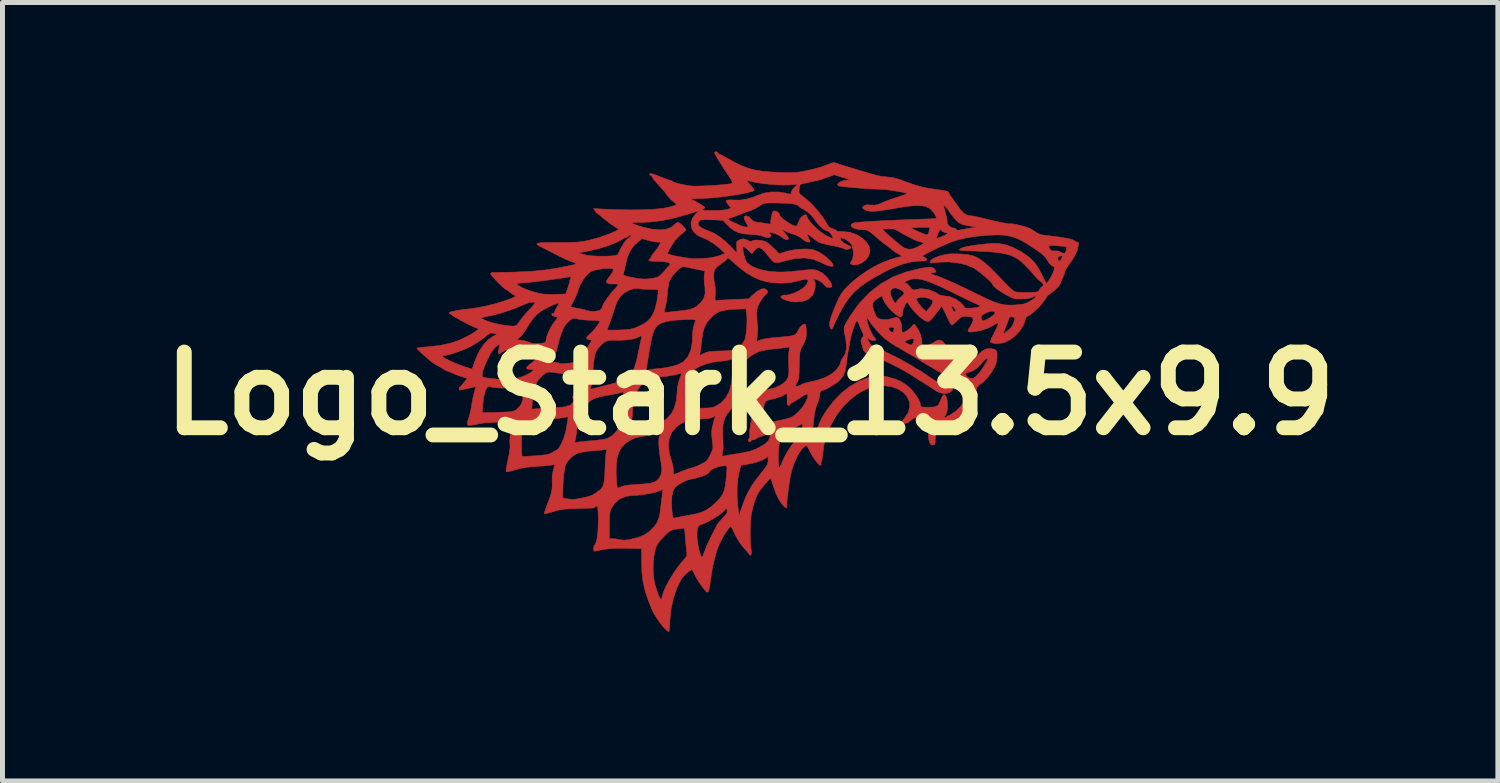
<source format=kicad_pcb>
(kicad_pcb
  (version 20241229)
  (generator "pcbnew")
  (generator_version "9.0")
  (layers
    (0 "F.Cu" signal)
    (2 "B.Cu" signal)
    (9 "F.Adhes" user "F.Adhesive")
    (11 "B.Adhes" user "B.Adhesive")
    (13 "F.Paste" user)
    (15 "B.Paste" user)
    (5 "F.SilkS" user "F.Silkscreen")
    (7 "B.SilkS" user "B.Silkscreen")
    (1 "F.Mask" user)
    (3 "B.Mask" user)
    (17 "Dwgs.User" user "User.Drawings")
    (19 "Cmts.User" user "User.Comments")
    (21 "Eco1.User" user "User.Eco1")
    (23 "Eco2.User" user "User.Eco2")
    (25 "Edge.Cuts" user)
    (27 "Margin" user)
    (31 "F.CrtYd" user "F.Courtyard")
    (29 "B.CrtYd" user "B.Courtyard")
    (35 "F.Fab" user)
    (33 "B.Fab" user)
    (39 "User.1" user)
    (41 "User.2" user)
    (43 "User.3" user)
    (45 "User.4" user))
  (footprint "Logo_Stark_13.5x9.9"
    (layer "F.Cu")
    (at 12.054 4.873)
    (property "Reference" "Logo_Stark_13.5x9.9" (at 0 0 0) (layer "F.SilkS") (effects (font (size 1.524 1.524) (thickness 0.3))))
    (attr through_hole)
    (fp_poly (pts (xy -0.66 -4.858) (xy -0.656 -4.85) (xy -0.639 -4.828) (xy -0.619 -4.819) (xy -0.582 -4.802) (xy -0.522 -4.772) (xy -0.467 -4.741) (xy -0.308 -4.653) (xy -0.168 -4.585) (xy -0.038 -4.535) (xy 0.095 -4.5) (xy 0.241 -4.476) (xy 0.409 -4.461) (xy 0.572 -4.452) (xy 0.716 -4.448) (xy 0.829 -4.448) (xy 0.923 -4.453) (xy 1.007 -4.463) (xy 1.079 -4.476) (xy 1.269 -4.517) (xy 1.423 -4.56) (xy 1.549 -4.605) (xy 1.58 -4.618) (xy 1.641 -4.642) (xy 1.686 -4.648) (xy 1.735 -4.637) (xy 1.763 -4.628) (xy 1.826 -4.607) (xy 1.913 -4.579) (xy 2.008 -4.55) (xy 2.032 -4.543) (xy 2.136 -4.512) (xy 2.259 -4.475) (xy 2.382 -4.438) (xy 2.426 -4.425) (xy 2.549 -4.392) (xy 2.663 -4.369) (xy 2.752 -4.36) (xy 2.758 -4.36) (xy 2.893 -4.344) (xy 3.021 -4.305) (xy 3.18 -4.245) (xy 3.311 -4.2) (xy 3.425 -4.167) (xy 3.532 -4.142) (xy 3.642 -4.123) (xy 3.693 -4.116) (xy 3.814 -4.099) (xy 3.9 -4.086) (xy 3.955 -4.074) (xy 3.986 -4.062) (xy 3.999 -4.049) (xy 4 -4.04) (xy 4.012 -4.013) (xy 4.044 -3.964) (xy 4.088 -3.902) (xy 4.091 -3.898) (xy 4.146 -3.824) (xy 4.199 -3.75) (xy 4.234 -3.699) (xy 4.307 -3.623) (xy 4.399 -3.583) (xy 4.454 -3.577) (xy 4.493 -3.572) (xy 4.562 -3.558) (xy 4.649 -3.538) (xy 4.71 -3.523) (xy 4.839 -3.491) (xy 4.962 -3.464) (xy 5.071 -3.441) (xy 5.159 -3.425) (xy 5.221 -3.416) (xy 5.247 -3.417) (xy 5.275 -3.417) (xy 5.332 -3.408) (xy 5.408 -3.391) (xy 5.491 -3.37) (xy 5.571 -3.347) (xy 5.58 -3.344) (xy 5.651 -3.313) (xy 5.723 -3.268) (xy 5.739 -3.257) (xy 5.783 -3.227) (xy 5.832 -3.206) (xy 5.897 -3.191) (xy 5.991 -3.178) (xy 6.014 -3.176) (xy 6.193 -3.154) (xy 6.336 -3.132) (xy 6.442 -3.111) (xy 6.508 -3.089) (xy 6.531 -3.074) (xy 6.566 -3.052) (xy 6.584 -3.052) (xy 6.604 -3.046) (xy 6.61 -3.01) (xy 6.609 -2.985) (xy 6.584 -2.882) (xy 6.527 -2.76) (xy 6.441 -2.626) (xy 6.42 -2.598) (xy 6.375 -2.532) (xy 6.342 -2.476) (xy 6.329 -2.439) (xy 6.329 -2.438) (xy 6.32 -2.397) (xy 6.296 -2.338) (xy 6.287 -2.318) (xy 6.26 -2.261) (xy 6.246 -2.218) (xy 6.244 -2.209) (xy 6.229 -2.184) (xy 6.192 -2.142) (xy 6.141 -2.092) (xy 6.087 -2.044) (xy 6.041 -2.006) (xy 6.012 -1.99) (xy 6.01 -1.99) (xy 5.99 -1.973) (xy 5.958 -1.93) (xy 5.938 -1.897) (xy 5.89 -1.829) (xy 5.824 -1.753) (xy 5.749 -1.679) (xy 5.677 -1.616) (xy 5.616 -1.574) (xy 5.6 -1.567) (xy 5.56 -1.541) (xy 5.546 -1.513) (xy 5.537 -1.476) (xy 5.515 -1.416) (xy 5.494 -1.366) (xy 5.429 -1.262) (xy 5.338 -1.165) (xy 5.233 -1.084) (xy 5.124 -1.031) (xy 5.082 -1.018) (xy 4.998 -1.007) (xy 4.921 -1.008) (xy 4.862 -1.02) (xy 4.836 -1.038) (xy 4.84 -1.063) (xy 4.861 -1.116) (xy 4.895 -1.186) (xy 4.902 -1.2) (xy 5.096 -1.2) (xy 5.157 -1.243) (xy 5.209 -1.285) (xy 5.251 -1.326) (xy 5.251 -1.326) (xy 5.286 -1.378) (xy 5.313 -1.439) (xy 5.327 -1.493) (xy 5.324 -1.523) (xy 5.295 -1.541) (xy 5.253 -1.544) (xy 5.218 -1.534) (xy 5.207 -1.516) (xy 5.199 -1.48) (xy 5.179 -1.423) (xy 5.167 -1.394) (xy 5.139 -1.327) (xy 5.117 -1.267) (xy 5.112 -1.251) (xy 5.096 -1.2) (xy 4.902 -1.2) (xy 4.91 -1.217) (xy 4.96 -1.315) (xy 4.987 -1.379) (xy 4.992 -1.413) (xy 4.974 -1.418) (xy 4.934 -1.398) (xy 4.904 -1.379) (xy 4.789 -1.318) (xy 4.648 -1.27) (xy 4.494 -1.242) (xy 4.482 -1.241) (xy 4.416 -1.238) (xy 4.386 -1.251) (xy 4.389 -1.285) (xy 4.425 -1.342) (xy 4.434 -1.355) (xy 4.468 -1.414) (xy 4.486 -1.472) (xy 4.487 -1.483) (xy 4.484 -1.516) (xy 4.471 -1.53) (xy 4.649 -1.53) (xy 4.652 -1.513) (xy 4.666 -1.473) (xy 4.696 -1.466) (xy 4.713 -1.47) (xy 4.761 -1.49) (xy 4.823 -1.524) (xy 4.847 -1.54) (xy 4.896 -1.579) (xy 4.926 -1.611) (xy 4.931 -1.622) (xy 4.915 -1.65) (xy 4.871 -1.658) (xy 4.807 -1.646) (xy 4.741 -1.619) (xy 4.682 -1.587) (xy 4.655 -1.56) (xy 4.649 -1.53) (xy 4.471 -1.53) (xy 4.467 -1.535) (xy 4.425 -1.545) (xy 4.376 -1.551) (xy 4.314 -1.555) (xy 4.271 -1.549) (xy 4.233 -1.526) (xy 4.183 -1.481) (xy 4.171 -1.469) (xy 4.118 -1.42) (xy 4.077 -1.387) (xy 4.058 -1.376) (xy 4.043 -1.394) (xy 4.014 -1.442) (xy 3.978 -1.512) (xy 3.955 -1.561) (xy 3.911 -1.655) (xy 3.88 -1.716) (xy 3.866 -1.741) (xy 4.056 -1.741) (xy 4.068 -1.704) (xy 4.095 -1.66) (xy 4.12 -1.654) (xy 4.135 -1.665) (xy 4.133 -1.688) (xy 4.11 -1.722) (xy 4.08 -1.749) (xy 4.061 -1.757) (xy 4.056 -1.741) (xy 3.866 -1.741) (xy 3.861 -1.749) (xy 3.849 -1.758) (xy 3.84 -1.749) (xy 3.837 -1.741) (xy 3.814 -1.701) (xy 3.803 -1.688) (xy 3.777 -1.657) (xy 3.737 -1.605) (xy 3.704 -1.562) (xy 3.658 -1.505) (xy 3.617 -1.464) (xy 3.595 -1.45) (xy 3.55 -1.454) (xy 3.487 -1.488) (xy 3.413 -1.544) (xy 3.336 -1.616) (xy 3.262 -1.7) (xy 3.198 -1.788) (xy 3.183 -1.812) (xy 3.166 -1.834) (xy 3.15 -1.829) (xy 3.124 -1.793) (xy 3.115 -1.778) (xy 3.085 -1.713) (xy 3.069 -1.65) (xy 3.069 -1.64) (xy 3.063 -1.574) (xy 3.044 -1.543) (xy 3.005 -1.547) (xy 2.942 -1.583) (xy 2.935 -1.587) (xy 2.873 -1.638) (xy 2.807 -1.706) (xy 2.747 -1.78) (xy 2.699 -1.852) (xy 2.671 -1.91) (xy 2.667 -1.931) (xy 2.666 -1.955) (xy 2.656 -1.963) (xy 2.629 -1.952) (xy 2.577 -1.921) (xy 2.556 -1.908) (xy 2.497 -1.861) (xy 2.468 -1.81) (xy 2.468 -1.744) (xy 2.495 -1.654) (xy 2.501 -1.638) (xy 2.531 -1.569) (xy 2.556 -1.53) (xy 2.588 -1.509) (xy 2.637 -1.495) (xy 2.641 -1.494) (xy 2.76 -1.488) (xy 2.811 -1.499) (xy 2.892 -1.523) (xy 2.942 -1.533) (xy 2.973 -1.53) (xy 2.994 -1.512) (xy 3.015 -1.478) (xy 3.046 -1.392) (xy 3.051 -1.319) (xy 3.054 -1.254) (xy 3.071 -1.228) (xy 3.074 -1.228) (xy 3.117 -1.242) (xy 3.173 -1.277) (xy 3.229 -1.322) (xy 3.263 -1.359) (xy 3.291 -1.392) (xy 3.309 -1.392) (xy 3.333 -1.365) (xy 3.411 -1.238) (xy 3.452 -1.105) (xy 3.458 -1.043) (xy 3.46 -0.978) (xy 3.468 -0.947) (xy 3.485 -0.94) (xy 3.502 -0.944) (xy 3.591 -0.976) (xy 3.671 -1.013) (xy 3.725 -1.048) (xy 3.728 -1.05) (xy 3.776 -1.072) (xy 3.824 -1.076) (xy 3.879 -1.049) (xy 3.926 -0.985) (xy 3.961 -0.889) (xy 3.976 -0.811) (xy 3.99 -0.711) (xy 4.061 -0.8) (xy 4.107 -0.85) (xy 4.149 -0.883) (xy 4.167 -0.889) (xy 4.209 -0.872) (xy 4.259 -0.83) (xy 4.308 -0.774) (xy 4.342 -0.716) (xy 4.351 -0.692) (xy 4.367 -0.65) (xy 4.395 -0.641) (xy 4.419 -0.645) (xy 4.459 -0.667) (xy 4.516 -0.711) (xy 4.577 -0.769) (xy 4.58 -0.772) (xy 4.664 -0.85) (xy 4.739 -0.894) (xy 4.814 -0.908) (xy 4.887 -0.897) (xy 4.937 -0.881) (xy 4.961 -0.854) (xy 4.97 -0.802) (xy 4.97 -0.795) (xy 4.969 -0.719) (xy 4.958 -0.636) (xy 4.954 -0.619) (xy 4.918 -0.528) (xy 4.857 -0.425) (xy 4.782 -0.324) (xy 4.701 -0.24) (xy 4.652 -0.201) (xy 4.597 -0.162) (xy 4.568 -0.127) (xy 4.553 -0.08) (xy 4.545 -0.017) (xy 4.528 0.074) (xy 4.497 0.173) (xy 4.477 0.22) (xy 4.42 0.313) (xy 4.342 0.411) (xy 4.253 0.503) (xy 4.164 0.578) (xy 4.09 0.622) (xy 4.037 0.65) (xy 4.005 0.673) (xy 4 0.681) (xy 3.984 0.698) (xy 3.977 0.699) (xy 3.948 0.709) (xy 3.895 0.735) (xy 3.84 0.767) (xy 3.777 0.806) (xy 3.743 0.835) (xy 3.729 0.869) (xy 3.725 0.918) (xy 3.725 0.936) (xy 3.723 0.997) (xy 3.714 1.027) (xy 3.691 1.037) (xy 3.675 1.037) (xy 3.643 1.031) (xy 3.622 1.007) (xy 3.604 0.955) (xy 3.598 0.929) (xy 3.586 0.847) (xy 3.582 0.742) (xy 3.585 0.633) (xy 3.595 0.538) (xy 3.601 0.508) (xy 3.598 0.491) (xy 3.574 0.482) (xy 3.52 0.478) (xy 3.458 0.478) (xy 3.375 0.48) (xy 3.32 0.488) (xy 3.279 0.507) (xy 3.236 0.54) (xy 3.232 0.544) (xy 3.172 0.587) (xy 3.122 0.6) (xy 3.103 0.598) (xy 3.064 0.589) (xy 3.052 0.574) (xy 3.068 0.544) (xy 3.104 0.5) (xy 3.18 0.386) (xy 3.214 0.273) (xy 3.206 0.164) (xy 3.156 0.06) (xy 3.084 -0.022) (xy 2.98 -0.09) (xy 2.851 -0.135) (xy 2.707 -0.156) (xy 2.558 -0.152) (xy 2.415 -0.12) (xy 2.391 -0.112) (xy 2.203 -0.019) (xy 2.026 0.111) (xy 1.865 0.271) (xy 1.724 0.458) (xy 1.608 0.666) (xy 1.522 0.89) (xy 1.515 0.913) (xy 1.499 0.971) (xy 1.487 1.03) (xy 1.476 1.101) (xy 1.464 1.193) (xy 1.452 1.298) (xy 1.442 1.348) (xy 1.431 1.371) (xy 1.424 1.407) (xy 1.428 1.417) (xy 1.425 1.444) (xy 1.42 1.449) (xy 1.396 1.441) (xy 1.358 1.403) (xy 1.311 1.344) (xy 1.262 1.271) (xy 1.217 1.192) (xy 1.195 1.151) (xy 1.163 1.087) (xy 1.139 1.056) (xy 1.117 1.051) (xy 1.104 1.057) (xy 1.051 1.102) (xy 0.995 1.181) (xy 0.938 1.283) (xy 0.886 1.401) (xy 0.843 1.525) (xy 0.814 1.642) (xy 0.795 1.749) (xy 0.777 1.869) (xy 0.76 1.992) (xy 0.747 2.104) (xy 0.739 2.194) (xy 0.737 2.238) (xy 0.734 2.285) (xy 0.726 2.307) (xy 0.725 2.307) (xy 0.705 2.293) (xy 0.668 2.257) (xy 0.651 2.238) (xy 0.582 2.142) (xy 0.519 2.013) (xy 0.464 1.859) (xy 0.457 1.836) (xy 0.437 1.772) (xy 0.419 1.728) (xy 0.409 1.714) (xy 0.384 1.731) (xy 0.341 1.774) (xy 0.286 1.837) (xy 0.225 1.913) (xy 0.174 1.983) (xy 0.131 2.062) (xy 0.089 2.171) (xy 0.051 2.3) (xy 0.023 2.435) (xy 0.02 2.449) (xy 0.008 2.558) (xy 0.002 2.69) (xy -0.000213 2.833) (xy 0.003 2.969) (xy 0.012 3.086) (xy 0.018 3.128) (xy 0.026 3.208) (xy 0.018 3.249) (xy 0.014 3.253) (xy -0.011 3.251) (xy -0.017 3.241) (xy -0.037 3.211) (xy -0.075 3.168) (xy -0.084 3.158) (xy -0.154 3.079) (xy -0.226 2.977) (xy -0.291 2.869) (xy -0.327 2.794) (xy -0.354 2.735) (xy -0.375 2.692) (xy -0.382 2.682) (xy -0.403 2.684) (xy -0.437 2.718) (xy -0.479 2.777) (xy -0.527 2.853) (xy -0.575 2.94) (xy -0.619 3.03) (xy -0.656 3.117) (xy -0.681 3.192) (xy -0.682 3.194) (xy -0.7 3.268) (xy -0.721 3.347) (xy -0.723 3.355) (xy -0.739 3.42) (xy -0.753 3.474) (xy -0.755 3.482) (xy -0.762 3.52) (xy -0.773 3.589) (xy -0.786 3.678) (xy -0.795 3.743) (xy -0.811 3.853) (xy -0.824 3.927) (xy -0.836 3.972) (xy -0.848 3.994) (xy -0.863 4) (xy -0.864 4) (xy -0.888 3.984) (xy -0.927 3.94) (xy -0.975 3.878) (xy -1.024 3.807) (xy -1.07 3.736) (xy -1.105 3.674) (xy -1.113 3.656) (xy -1.141 3.597) (xy -1.165 3.558) (xy -1.175 3.549) (xy -1.204 3.56) (xy -1.251 3.593) (xy -1.304 3.64) (xy -1.354 3.691) (xy -1.387 3.736) (xy -1.479 3.921) (xy -1.55 4.134) (xy -1.598 4.367) (xy -1.619 4.593) (xy -1.623 4.679) (xy -1.628 4.747) (xy -1.632 4.788) (xy -1.634 4.795) (xy -1.652 4.787) (xy -1.691 4.758) (xy -1.707 4.745) (xy -1.757 4.692) (xy -1.818 4.614) (xy -1.88 4.523) (xy -1.935 4.434) (xy -1.967 4.371) (xy -2.053 4.163) (xy -2.115 3.974) (xy -2.156 3.792) (xy -2.179 3.603) (xy -2.185 3.43) (xy -1.952 3.43) (xy -1.952 3.586) (xy -1.939 3.734) (xy -1.918 3.842) (xy -1.89 3.936) (xy -1.86 4.022) (xy -1.832 4.092) (xy -1.809 4.137) (xy -1.796 4.149) (xy -1.784 4.13) (xy -1.771 4.085) (xy -1.769 4.074) (xy -1.741 3.984) (xy -1.691 3.872) (xy -1.622 3.746) (xy -1.542 3.616) (xy -1.455 3.491) (xy -1.366 3.379) (xy -1.316 3.323) (xy -1.283 3.28) (xy -1.274 3.233) (xy -1.279 3.186) (xy -1.286 3.126) (xy -1.295 3.039) (xy -1.303 2.94) (xy -1.305 2.905) (xy -1.31 2.844) (xy -1.072 2.844) (xy -1.069 2.912) (xy -1.058 3.004) (xy -1.042 3.094) (xy -1.023 3.176) (xy -1.003 3.241) (xy -0.983 3.283) (xy -0.967 3.296) (xy -0.958 3.281) (xy -0.943 3.24) (xy -0.92 3.185) (xy -0.919 3.182) (xy -0.899 3.134) (xy -0.889 3.104) (xy -0.889 3.102) (xy -0.88 3.079) (xy -0.857 3.027) (xy -0.823 2.955) (xy -0.783 2.873) (xy -0.742 2.79) (xy -0.703 2.714) (xy -0.672 2.654) (xy -0.666 2.642) (xy -0.633 2.596) (xy -0.583 2.537) (xy -0.543 2.494) (xy -0.491 2.438) (xy -0.466 2.397) (xy -0.463 2.361) (xy -0.465 2.349) (xy -0.477 2.315) (xy -0.491 2.318) (xy -0.499 2.329) (xy -0.544 2.379) (xy -0.618 2.439) (xy -0.714 2.503) (xy -0.819 2.564) (xy -0.926 2.616) (xy -1.019 2.652) (xy -1.048 2.683) (xy -1.066 2.749) (xy -1.072 2.844) (xy -1.31 2.844) (xy -1.312 2.82) (xy -1.32 2.754) (xy -1.328 2.716) (xy -1.331 2.71) (xy -1.357 2.713) (xy -1.413 2.72) (xy -1.476 2.729) (xy -1.541 2.74) (xy -1.59 2.756) (xy -1.634 2.783) (xy -1.685 2.827) (xy -1.742 2.885) (xy -1.812 2.959) (xy -1.859 3.02) (xy -1.89 3.08) (xy -1.915 3.154) (xy -1.915 3.156) (xy -1.94 3.281) (xy -1.952 3.43) (xy -2.185 3.43) (xy -2.186 3.408) (xy -2.188 3.122) (xy -2.5 3.116) (xy -2.674 3.116) (xy -2.815 3.122) (xy -2.929 3.136) (xy -2.967 3.143) (xy -3.044 3.158) (xy -3.104 3.17) (xy -3.136 3.175) (xy -3.138 3.175) (xy -3.15 3.158) (xy -3.153 3.119) (xy -3.147 3.08) (xy -3.136 3.06) (xy -3.12 3.035) (xy -3.099 2.983) (xy -3.089 2.948) (xy -3.077 2.888) (xy -3.069 2.805) (xy -3.063 2.707) (xy -3.061 2.656) (xy -2.836 2.656) (xy -2.836 2.921) (xy -2.757 2.923) (xy -2.688 2.929) (xy -2.628 2.942) (xy -2.625 2.943) (xy -2.546 2.953) (xy -2.437 2.942) (xy -2.294 2.908) (xy -2.261 2.899) (xy -2.146 2.854) (xy -2.048 2.79) (xy -2.012 2.759) (xy -1.935 2.683) (xy -1.881 2.609) (xy -1.844 2.525) (xy -1.818 2.421) (xy -1.801 2.296) (xy -1.794 2.23) (xy -1.582 2.23) (xy -1.575 2.356) (xy -1.567 2.44) (xy -1.558 2.488) (xy -1.546 2.509) (xy -1.529 2.509) (xy -1.528 2.509) (xy -1.494 2.5) (xy -1.429 2.487) (xy -1.342 2.47) (xy -1.259 2.456) (xy -1.111 2.427) (xy -0.994 2.395) (xy -0.898 2.353) (xy -0.81 2.297) (xy -0.721 2.222) (xy -0.715 2.217) (xy -0.627 2.129) (xy -0.566 2.048) (xy -0.526 1.962) (xy -0.511 1.9) (xy -0.263 1.9) (xy -0.262 2.092) (xy -0.247 2.274) (xy -0.225 2.463) (xy -0.176 2.316) (xy -0.146 2.228) (xy -0.114 2.144) (xy -0.091 2.085) (xy -0.036 1.973) (xy 0.034 1.853) (xy 0.107 1.747) (xy 0.132 1.714) (xy 0.172 1.665) (xy 0.201 1.627) (xy 0.207 1.619) (xy 0.229 1.591) (xy 0.267 1.544) (xy 0.291 1.514) (xy 0.34 1.441) (xy 0.359 1.373) (xy 0.36 1.348) (xy 0.36 1.346) (xy 0.565 1.346) (xy 0.569 1.434) (xy 0.579 1.48) (xy 0.595 1.486) (xy 0.617 1.451) (xy 0.643 1.383) (xy 0.686 1.284) (xy 0.75 1.17) (xy 0.825 1.054) (xy 0.903 0.952) (xy 0.955 0.894) (xy 1.01 0.834) (xy 1.029 0.799) (xy 1.254 0.799) (xy 1.258 0.839) (xy 1.264 0.847) (xy 1.282 0.829) (xy 1.311 0.783) (xy 1.339 0.725) (xy 1.373 0.65) (xy 1.402 0.581) (xy 1.417 0.545) (xy 1.439 0.5) (xy 1.478 0.433) (xy 1.526 0.357) (xy 1.542 0.333) (xy 1.687 0.144) (xy 1.847 -0.018) (xy 2.018 -0.15) (xy 2.195 -0.251) (xy 2.375 -0.318) (xy 2.553 -0.349) (xy 2.726 -0.343) (xy 2.783 -0.331) (xy 2.922 -0.292) (xy 3.033 -0.244) (xy 3.132 -0.181) (xy 3.19 -0.135) (xy 3.26 -0.065) (xy 3.327 0.018) (xy 3.381 0.103) (xy 3.418 0.179) (xy 3.429 0.23) (xy 3.432 0.253) (xy 3.448 0.267) (xy 3.484 0.273) (xy 3.551 0.275) (xy 3.586 0.275) (xy 3.68 0.273) (xy 3.742 0.26) (xy 3.783 0.231) (xy 3.815 0.179) (xy 3.84 0.119) (xy 3.866 0.062) (xy 3.892 0.027) (xy 3.904 0.021) (xy 3.934 0.04) (xy 3.956 0.091) (xy 3.97 0.162) (xy 3.974 0.243) (xy 3.969 0.324) (xy 3.953 0.395) (xy 3.926 0.445) (xy 3.926 0.445) (xy 3.903 0.475) (xy 3.906 0.484) (xy 3.941 0.473) (xy 4.008 0.441) (xy 4.017 0.436) (xy 4.132 0.362) (xy 4.233 0.265) (xy 4.314 0.156) (xy 4.369 0.043) (xy 4.39 -0.063) (xy 4.39 -0.096) (xy 4.382 -0.122) (xy 4.362 -0.145) (xy 4.323 -0.171) (xy 4.258 -0.203) (xy 4.162 -0.246) (xy 4.138 -0.257) (xy 4.068 -0.291) (xy 3.979 -0.338) (xy 3.909 -0.378) (xy 4.342 -0.378) (xy 4.363 -0.343) (xy 4.387 -0.325) (xy 4.445 -0.303) (xy 4.492 -0.308) (xy 4.542 -0.342) (xy 4.576 -0.376) (xy 4.622 -0.43) (xy 4.672 -0.498) (xy 4.72 -0.571) (xy 4.758 -0.637) (xy 4.781 -0.685) (xy 4.784 -0.7) (xy 4.772 -0.709) (xy 4.741 -0.693) (xy 4.7 -0.656) (xy 4.657 -0.607) (xy 4.642 -0.587) (xy 4.589 -0.531) (xy 4.517 -0.479) (xy 4.439 -0.44) (xy 4.373 -0.423) (xy 4.368 -0.423) (xy 4.343 -0.41) (xy 4.342 -0.378) (xy 3.909 -0.378) (xy 3.889 -0.389) (xy 3.873 -0.398) (xy 3.786 -0.45) (xy 3.721 -0.488) (xy 4.076 -0.488) (xy 4.101 -0.469) (xy 4.135 -0.47) (xy 4.166 -0.483) (xy 4.182 -0.52) (xy 4.187 -0.56) (xy 4.194 -0.643) (xy 4.127 -0.577) (xy 4.085 -0.525) (xy 4.076 -0.488) (xy 3.721 -0.488) (xy 3.7 -0.5) (xy 3.63 -0.54) (xy 3.619 -0.546) (xy 3.545 -0.589) (xy 3.46 -0.641) (xy 3.418 -0.668) (xy 3.342 -0.716) (xy 3.265 -0.762) (xy 3.24 -0.776) (xy 3.62 -0.776) (xy 3.63 -0.757) (xy 3.671 -0.731) (xy 3.699 -0.718) (xy 3.759 -0.699) (xy 3.79 -0.708) (xy 3.797 -0.748) (xy 3.794 -0.781) (xy 3.785 -0.822) (xy 3.766 -0.83) (xy 3.729 -0.813) (xy 3.679 -0.791) (xy 3.646 -0.783) (xy 3.62 -0.776) (xy 3.24 -0.776) (xy 3.228 -0.783) (xy 3.159 -0.822) (xy 3.093 -0.861) (xy 3.08 -0.869) (xy 3.028 -0.901) (xy 2.987 -0.924) (xy 2.985 -0.925) (xy 2.93 -0.955) (xy 2.857 -1.002) (xy 2.807 -1.037) (xy 3.111 -1.037) (xy 3.129 -1.022) (xy 3.169 -1.002) (xy 3.215 -0.984) (xy 3.244 -0.976) (xy 3.264 -0.991) (xy 3.285 -1.027) (xy 3.299 -1.08) (xy 3.281 -1.105) (xy 3.233 -1.101) (xy 3.19 -1.085) (xy 3.141 -1.06) (xy 3.114 -1.041) (xy 3.111 -1.037) (xy 2.807 -1.037) (xy 2.779 -1.056) (xy 2.71 -1.108) (xy 2.676 -1.137) (xy 2.624 -1.187) (xy 2.565 -1.251) (xy 2.521 -1.302) (xy 2.786 -1.302) (xy 2.808 -1.266) (xy 2.847 -1.233) (xy 2.873 -1.236) (xy 2.887 -1.261) (xy 2.899 -1.309) (xy 2.882 -1.33) (xy 2.85 -1.333) (xy 2.798 -1.326) (xy 2.786 -1.302) (xy 2.521 -1.302) (xy 2.506 -1.319) (xy 2.452 -1.385) (xy 2.412 -1.439) (xy 2.393 -1.472) (xy 2.392 -1.477) (xy 2.376 -1.509) (xy 2.368 -1.515) (xy 2.352 -1.513) (xy 2.351 -1.481) (xy 2.363 -1.427) (xy 2.384 -1.359) (xy 2.412 -1.287) (xy 2.445 -1.217) (xy 2.478 -1.159) (xy 2.502 -1.128) (xy 2.531 -1.094) (xy 2.531 -1.077) (xy 2.508 -1.066) (xy 2.461 -1.066) (xy 2.41 -1.085) (xy 2.35 -1.12) (xy 2.391 -1.038) (xy 2.438 -0.972) (xy 2.5 -0.935) (xy 2.513 -0.93) (xy 2.581 -0.906) (xy 2.64 -0.88) (xy 2.646 -0.877) (xy 2.689 -0.856) (xy 2.758 -0.822) (xy 2.84 -0.782) (xy 2.868 -0.769) (xy 2.945 -0.732) (xy 3.006 -0.701) (xy 3.042 -0.681) (xy 3.048 -0.677) (xy 3.071 -0.662) (xy 3.119 -0.635) (xy 3.154 -0.616) (xy 3.216 -0.582) (xy 3.265 -0.552) (xy 3.281 -0.541) (xy 3.322 -0.514) (xy 3.375 -0.486) (xy 3.421 -0.46) (xy 3.488 -0.416) (xy 3.566 -0.363) (xy 3.597 -0.341) (xy 3.693 -0.278) (xy 3.793 -0.22) (xy 3.889 -0.172) (xy 3.971 -0.14) (xy 4.028 -0.127) (xy 4.031 -0.127) (xy 4.069 -0.114) (xy 4.076 -0.082) (xy 4.049 -0.043) (xy 4.044 -0.039) (xy 3.973 -0.006) (xy 3.885 -0.001) (xy 3.796 -0.023) (xy 3.744 -0.051) (xy 3.691 -0.087) (xy 3.616 -0.136) (xy 3.535 -0.187) (xy 3.524 -0.194) (xy 3.429 -0.253) (xy 3.326 -0.319) (xy 3.239 -0.376) (xy 3.142 -0.435) (xy 3.016 -0.504) (xy 2.874 -0.577) (xy 2.724 -0.65) (xy 2.58 -0.718) (xy 2.45 -0.773) (xy 2.365 -0.806) (xy 2.304 -0.837) (xy 2.276 -0.88) (xy 2.274 -0.888) (xy 2.26 -0.947) (xy 2.241 -1.012) (xy 2.229 -1.067) (xy 2.24 -1.104) (xy 2.256 -1.124) (xy 2.278 -1.153) (xy 2.281 -1.18) (xy 2.265 -1.222) (xy 2.254 -1.244) (xy 2.221 -1.316) (xy 2.194 -1.389) (xy 2.191 -1.397) (xy 2.171 -1.443) (xy 2.151 -1.463) (xy 2.148 -1.463) (xy 2.128 -1.438) (xy 2.102 -1.381) (xy 2.073 -1.303) (xy 2.046 -1.213) (xy 2.022 -1.122) (xy 2.014 -1.081) (xy 1.986 -0.93) (xy 1.965 -0.811) (xy 1.951 -0.715) (xy 1.941 -0.634) (xy 1.938 -0.592) (xy 1.914 -0.455) (xy 1.866 -0.346) (xy 1.796 -0.261) (xy 1.744 -0.219) (xy 1.673 -0.172) (xy 1.597 -0.126) (xy 1.525 -0.089) (xy 1.469 -0.067) (xy 1.45 -0.064) (xy 1.419 -0.044) (xy 1.4 0.008) (xy 1.397 0.052) (xy 1.388 0.099) (xy 1.366 0.165) (xy 1.35 0.204) (xy 1.324 0.279) (xy 1.301 0.375) (xy 1.287 0.466) (xy 1.277 0.563) (xy 1.266 0.662) (xy 1.258 0.736) (xy 1.254 0.799) (xy 1.029 0.799) (xy 1.039 0.782) (xy 1.052 0.722) (xy 1.053 0.709) (xy 1.055 0.653) (xy 1.052 0.618) (xy 1.048 0.614) (xy 1.023 0.623) (xy 0.976 0.646) (xy 0.957 0.656) (xy 0.887 0.691) (xy 0.807 0.728) (xy 0.778 0.741) (xy 0.716 0.771) (xy 0.674 0.806) (xy 0.643 0.856) (xy 0.613 0.933) (xy 0.606 0.955) (xy 0.588 1.012) (xy 0.578 1.056) (xy 0.572 1.103) (xy 0.569 1.17) (xy 0.567 1.217) (xy 0.565 1.346) (xy 0.36 1.346) (xy 0.36 1.267) (xy 0.301 1.309) (xy 0.233 1.345) (xy 0.135 1.38) (xy 0.02 1.41) (xy -0.087 1.43) (xy -0.185 1.443) (xy -0.223 1.582) (xy -0.25 1.727) (xy -0.263 1.9) (xy -0.511 1.9) (xy -0.5 1.858) (xy -0.485 1.725) (xy -0.478 1.632) (xy -0.471 1.552) (xy -0.468 1.497) (xy -0.467 1.481) (xy -0.473 1.462) (xy -0.5 1.455) (xy -0.557 1.458) (xy -0.578 1.46) (xy -0.648 1.475) (xy -0.72 1.502) (xy -0.78 1.534) (xy -0.818 1.567) (xy -0.826 1.584) (xy -0.845 1.607) (xy -0.895 1.636) (xy -0.968 1.666) (xy -1.054 1.694) (xy -1.142 1.715) (xy -1.187 1.723) (xy -1.272 1.746) (xy -1.364 1.788) (xy -1.45 1.839) (xy -1.514 1.893) (xy -1.527 1.91) (xy -1.561 1.983) (xy -1.579 2.089) (xy -1.582 2.23) (xy -1.794 2.23) (xy -1.79 2.196) (xy -1.779 2.102) (xy -1.77 2.03) (xy -1.767 2.005) (xy -1.756 1.925) (xy -1.818 1.957) (xy -1.877 1.979) (xy -1.967 2.001) (xy -2.074 2.022) (xy -2.186 2.039) (xy -2.291 2.05) (xy -2.364 2.053) (xy -2.508 2.072) (xy -2.633 2.127) (xy -2.734 2.217) (xy -2.796 2.312) (xy -2.814 2.353) (xy -2.825 2.403) (xy -2.832 2.469) (xy -2.836 2.561) (xy -2.836 2.656) (xy -3.061 2.656) (xy -3.059 2.601) (xy -3.059 2.497) (xy -3.061 2.403) (xy -3.066 2.328) (xy -3.074 2.279) (xy -3.084 2.265) (xy -3.117 2.279) (xy -3.121 2.285) (xy -3.151 2.303) (xy -3.17 2.306) (xy -3.204 2.307) (xy -3.271 2.309) (xy -3.363 2.312) (xy -3.47 2.315) (xy -3.503 2.316) (xy -3.636 2.321) (xy -3.739 2.328) (xy -3.823 2.34) (xy -3.901 2.358) (xy -3.968 2.378) (xy -4.046 2.402) (xy -4.107 2.418) (xy -4.142 2.424) (xy -4.146 2.423) (xy -4.143 2.401) (xy -4.127 2.349) (xy -4.101 2.277) (xy -4.09 2.249) (xy -4.042 2.12) (xy -4.022 2.058) (xy -3.777 2.058) (xy -3.774 2.095) (xy -3.772 2.099) (xy -3.743 2.111) (xy -3.69 2.12) (xy -3.672 2.122) (xy -3.617 2.128) (xy -3.583 2.133) (xy -3.579 2.134) (xy -3.555 2.132) (xy -3.5 2.124) (xy -3.424 2.11) (xy -3.39 2.104) (xy -3.266 2.076) (xy -3.174 2.043) (xy -3.104 2.001) (xy -3.073 1.974) (xy -3.042 1.951) (xy -3.03 1.947) (xy -3.01 1.931) (xy -2.981 1.89) (xy -2.974 1.879) (xy -2.958 1.844) (xy -2.945 1.798) (xy -2.936 1.734) (xy -2.929 1.644) (xy -2.927 1.601) (xy -2.699 1.601) (xy -2.695 1.687) (xy -2.689 1.78) (xy -2.682 1.853) (xy -2.675 1.899) (xy -2.669 1.91) (xy -2.643 1.894) (xy -2.59 1.874) (xy -2.561 1.864) (xy -2.499 1.851) (xy -2.408 1.839) (xy -2.304 1.83) (xy -2.244 1.827) (xy -2.111 1.819) (xy -2.013 1.807) (xy -1.942 1.789) (xy -1.891 1.762) (xy -1.851 1.725) (xy -1.83 1.697) (xy -1.8 1.642) (xy -1.783 1.581) (xy -1.78 1.506) (xy -1.791 1.408) (xy -1.81 1.298) (xy -1.826 1.193) (xy -1.837 1.088) (xy -1.838 1.051) (xy -1.648 1.051) (xy -1.627 1.214) (xy -1.598 1.312) (xy -1.572 1.4) (xy -1.553 1.483) (xy -1.545 1.546) (xy -1.545 1.549) (xy -1.543 1.601) (xy -1.539 1.628) (xy -1.537 1.63) (xy -1.516 1.622) (xy -1.465 1.602) (xy -1.395 1.574) (xy -1.376 1.566) (xy -1.299 1.536) (xy -1.236 1.514) (xy -1.197 1.503) (xy -1.194 1.503) (xy -1.154 1.493) (xy -1.09 1.469) (xy -1.017 1.436) (xy -0.948 1.401) (xy -0.896 1.37) (xy -0.882 1.359) (xy -0.846 1.312) (xy -0.81 1.248) (xy -0.566 1.248) (xy -0.557 1.263) (xy -0.547 1.261) (xy -0.515 1.254) (xy -0.452 1.243) (xy -0.366 1.229) (xy -0.292 1.217) (xy -0.189 1.2) (xy -0.093 1.181) (xy -0.018 1.165) (xy 0.015 1.156) (xy 0.113 1.119) (xy 0.21 1.07) (xy 0.294 1.017) (xy 0.352 0.968) (xy 0.358 0.961) (xy 0.385 0.913) (xy 0.4 0.864) (xy 0.401 0.825) (xy 0.385 0.808) (xy 0.376 0.81) (xy 0.342 0.821) (xy 0.283 0.841) (xy 0.238 0.856) (xy 0.175 0.879) (xy 0.129 0.901) (xy 0.115 0.912) (xy 0.086 0.928) (xy 0.062 0.931) (xy 0.029 0.94) (xy 0.021 0.953) (xy 0.004 0.971) (xy -0.011 0.974) (xy -0.037 0.958) (xy -0.04 0.926) (xy -0.02 0.899) (xy -0.008 0.871) (xy -0.011 0.845) (xy -0.013 0.806) (xy -0.008 0.738) (xy 0.005 0.656) (xy 0.008 0.64) (xy 0.026 0.531) (xy 0.035 0.471) (xy 0.254 0.471) (xy 0.259 0.547) (xy 0.267 0.582) (xy 0.293 0.605) (xy 0.315 0.601) (xy 0.35 0.591) (xy 0.415 0.576) (xy 0.5 0.558) (xy 0.55 0.549) (xy 0.648 0.529) (xy 0.738 0.507) (xy 0.806 0.487) (xy 0.827 0.479) (xy 0.901 0.433) (xy 0.978 0.362) (xy 1.051 0.276) (xy 1.111 0.185) (xy 1.151 0.099) (xy 1.164 0.038) (xy 1.158 0.016) (xy 1.135 0.014) (xy 1.091 0.033) (xy 1.022 0.075) (xy 0.97 0.109) (xy 0.906 0.15) (xy 0.854 0.179) (xy 0.827 0.191) (xy 0.827 0.191) (xy 0.807 0.208) (xy 0.804 0.222) (xy 0.79 0.243) (xy 0.772 0.24) (xy 0.746 0.217) (xy 0.743 0.204) (xy 0.744 0.169) (xy 0.744 0.111) (xy 0.743 0.09) (xy 0.741 -0.001) (xy 0.653 0.044) (xy 0.581 0.074) (xy 0.492 0.102) (xy 0.439 0.114) (xy 0.368 0.13) (xy 0.327 0.148) (xy 0.303 0.176) (xy 0.284 0.222) (xy 0.284 0.224) (xy 0.267 0.293) (xy 0.257 0.382) (xy 0.254 0.471) (xy 0.035 0.471) (xy 0.043 0.408) (xy 0.053 0.311) (xy 0.06 0.229) (xy 0.061 0.181) (xy 0.055 0.158) (xy 0.039 0.153) (xy 0.018 0.157) (xy -0.038 0.167) (xy -0.105 0.179) (xy -0.108 0.179) (xy -0.251 0.222) (xy -0.371 0.299) (xy -0.463 0.408) (xy -0.511 0.502) (xy -0.529 0.55) (xy -0.541 0.596) (xy -0.55 0.648) (xy -0.554 0.712) (xy -0.554 0.796) (xy -0.551 0.907) (xy -0.545 1.052) (xy -0.544 1.069) (xy -0.547 1.137) (xy -0.558 1.201) (xy -0.566 1.248) (xy -0.81 1.248) (xy -0.805 1.239) (xy -0.767 1.152) (xy -0.754 1.115) (xy -0.751 1.075) (xy -0.755 1.008) (xy -0.765 0.933) (xy -0.777 0.824) (xy -0.773 0.734) (xy -0.764 0.686) (xy -0.745 0.604) (xy -0.731 0.551) (xy -0.721 0.514) (xy -0.709 0.483) (xy -0.708 0.479) (xy -0.7 0.453) (xy -0.712 0.453) (xy -0.743 0.473) (xy -0.794 0.493) (xy -0.879 0.506) (xy -1.002 0.515) (xy -1.007 0.515) (xy -1.156 0.527) (xy -1.275 0.552) (xy -1.375 0.595) (xy -1.466 0.657) (xy -1.486 0.675) (xy -1.578 0.781) (xy -1.632 0.907) (xy -1.648 1.051) (xy -1.838 1.051) (xy -1.841 0.993) (xy -1.838 0.917) (xy -1.828 0.869) (xy -1.82 0.857) (xy -1.799 0.831) (xy -1.808 0.813) (xy -1.836 0.815) (xy -1.885 0.828) (xy -1.905 0.829) (xy -1.964 0.833) (xy -2.048 0.843) (xy -2.145 0.859) (xy -2.238 0.877) (xy -2.314 0.896) (xy -2.331 0.901) (xy -2.408 0.935) (xy -2.486 0.985) (xy -2.513 1.005) (xy -2.589 1.085) (xy -2.644 1.178) (xy -2.679 1.291) (xy -2.697 1.43) (xy -2.699 1.601) (xy -2.927 1.601) (xy -2.923 1.521) (xy -2.922 1.493) (xy -2.917 1.379) (xy -2.91 1.28) (xy -2.903 1.203) (xy -2.896 1.156) (xy -2.893 1.147) (xy -2.889 1.129) (xy -2.92 1.129) (xy -2.925 1.13) (xy -2.967 1.136) (xy -3.039 1.143) (xy -3.129 1.15) (xy -3.182 1.154) (xy -3.302 1.165) (xy -3.405 1.183) (xy -3.478 1.205) (xy -3.478 1.205) (xy -3.581 1.266) (xy -3.665 1.35) (xy -3.72 1.444) (xy -3.728 1.47) (xy -3.738 1.524) (xy -3.749 1.604) (xy -3.758 1.699) (xy -3.767 1.801) (xy -3.773 1.901) (xy -3.777 1.99) (xy -3.777 2.058) (xy -4.022 2.058) (xy -4.009 2.018) (xy -3.991 1.933) (xy -3.985 1.854) (xy -3.988 1.781) (xy -3.987 1.669) (xy -3.97 1.565) (xy -3.967 1.554) (xy -3.946 1.479) (xy -3.939 1.438) (xy -3.945 1.425) (xy -3.963 1.433) (xy -3.994 1.441) (xy -4.058 1.449) (xy -4.145 1.457) (xy -4.244 1.463) (xy -4.401 1.474) (xy -4.53 1.489) (xy -4.643 1.511) (xy -4.754 1.541) (xy -4.799 1.556) (xy -4.859 1.572) (xy -4.902 1.576) (xy -4.912 1.573) (xy -4.915 1.546) (xy -4.907 1.488) (xy -4.892 1.408) (xy -4.876 1.333) (xy -4.846 1.189) (xy -4.834 1.082) (xy -4.836 1.024) (xy -4.84 0.947) (xy -4.836 0.903) (xy -4.605 0.903) (xy -4.605 0.992) (xy -4.603 1.086) (xy -4.6 1.174) (xy -4.596 1.241) (xy -4.594 1.265) (xy -4.574 1.267) (xy -4.522 1.265) (xy -4.446 1.261) (xy -4.357 1.255) (xy -4.264 1.248) (xy -4.177 1.24) (xy -4.14 1.236) (xy -4.064 1.221) (xy -3.997 1.196) (xy -3.978 1.184) (xy -3.934 1.156) (xy -3.906 1.143) (xy -3.905 1.143) (xy -3.876 1.124) (xy -3.838 1.075) (xy -3.799 1.003) (xy -3.793 0.989) (xy -3.53 0.989) (xy -3.506 0.987) (xy -3.5 0.985) (xy -3.464 0.978) (xy -3.396 0.968) (xy -3.305 0.959) (xy -3.204 0.951) (xy -3.098 0.941) (xy -3.002 0.93) (xy -2.927 0.919) (xy -2.886 0.909) (xy -2.774 0.846) (xy -2.683 0.748) (xy -2.66 0.708) (xy -2.434 0.708) (xy -2.416 0.705) (xy -2.369 0.691) (xy -2.323 0.676) (xy -2.246 0.657) (xy -2.147 0.639) (xy -2.046 0.626) (xy -2.036 0.625) (xy -1.917 0.612) (xy -1.828 0.593) (xy -1.758 0.562) (xy -1.693 0.517) (xy -1.663 0.491) (xy -1.585 0.402) (xy -1.536 0.307) (xy -1.287 0.307) (xy -1.285 0.329) (xy -1.268 0.327) (xy -1.249 0.317) (xy -1.204 0.306) (xy -1.126 0.298) (xy -1.026 0.294) (xy -0.996 0.295) (xy -0.862 0.292) (xy -0.763 0.28) (xy -0.717 0.267) (xy -0.59 0.192) (xy -0.49 0.085) (xy -0.426 -0.036) (xy -0.218 -0.036) (xy -0.192 -0.036) (xy -0.154 -0.044) (xy -0.098 -0.052) (xy -0.014 -0.058) (xy 0.086 -0.062) (xy 0.142 -0.063) (xy 0.328 -0.074) (xy 0.483 -0.109) (xy 0.612 -0.168) (xy 0.671 -0.209) (xy 0.724 -0.259) (xy 0.758 -0.313) (xy 0.776 -0.382) (xy 0.78 -0.474) (xy 0.775 -0.577) (xy 0.772 -0.675) (xy 0.773 -0.767) (xy 0.778 -0.837) (xy 0.782 -0.855) (xy 0.801 -0.937) (xy 0.692 -0.923) (xy 0.615 -0.913) (xy 0.516 -0.902) (xy 0.417 -0.89) (xy 0.413 -0.89) (xy 0.323 -0.878) (xy 0.242 -0.863) (xy 0.185 -0.849) (xy 0.18 -0.847) (xy 0.082 -0.8) (xy -0.01 -0.739) (xy -0.084 -0.673) (xy -0.125 -0.616) (xy -0.146 -0.556) (xy -0.164 -0.462) (xy -0.178 -0.346) (xy -0.188 -0.217) (xy -0.192 -0.117) (xy -0.203 -0.069) (xy -0.214 -0.051) (xy -0.218 -0.036) (xy -0.426 -0.036) (xy -0.418 -0.052) (xy -0.374 -0.219) (xy -0.36 -0.409) (xy -0.354 -0.525) (xy -0.338 -0.61) (xy -0.328 -0.636) (xy -0.31 -0.677) (xy -0.315 -0.696) (xy -0.349 -0.696) (xy -0.416 -0.68) (xy -0.423 -0.678) (xy -0.487 -0.665) (xy -0.57 -0.653) (xy -0.624 -0.648) (xy -0.753 -0.63) (xy -0.88 -0.598) (xy -0.992 -0.557) (xy -1.081 -0.51) (xy -1.126 -0.473) (xy -1.165 -0.41) (xy -1.202 -0.319) (xy -1.233 -0.212) (xy -1.256 -0.102) (xy -1.266 -0.003) (xy -1.265 0.025) (xy -1.265 0.114) (xy -1.271 0.203) (xy -1.278 0.251) (xy -1.287 0.307) (xy -1.536 0.307) (xy -1.529 0.293) (xy -1.492 0.158) (xy -1.472 -0.009) (xy -1.471 -0.043) (xy -1.46 -0.138) (xy -1.439 -0.238) (xy -1.421 -0.294) (xy -1.378 -0.407) (xy -1.435 -0.395) (xy -1.492 -0.383) (xy -1.565 -0.367) (xy -1.587 -0.362) (xy -1.673 -0.348) (xy -1.764 -0.34) (xy -1.781 -0.34) (xy -1.923 -0.319) (xy -2.06 -0.264) (xy -2.179 -0.181) (xy -2.242 -0.112) (xy -2.309 0.008) (xy -2.352 0.161) (xy -2.37 0.345) (xy -2.37 0.384) (xy -2.376 0.474) (xy -2.389 0.562) (xy -2.402 0.614) (xy -2.421 0.669) (xy -2.433 0.703) (xy -2.434 0.708) (xy -2.66 0.708) (xy -2.626 0.649) (xy -2.6 0.591) (xy -2.583 0.538) (xy -2.571 0.481) (xy -2.564 0.409) (xy -2.56 0.311) (xy -2.558 0.241) (xy -2.551 -0.035) (xy -2.603 -0.019) (xy -2.653 -0.006) (xy -2.726 0.009) (xy -2.783 0.02) (xy -2.921 0.045) (xy -3.024 0.066) (xy -3.101 0.087) (xy -3.159 0.111) (xy -3.206 0.139) (xy -3.249 0.176) (xy -3.294 0.222) (xy -3.395 0.355) (xy -3.458 0.5) (xy -3.483 0.642) (xy -3.494 0.749) (xy -3.507 0.848) (xy -3.52 0.926) (xy -3.528 0.961) (xy -3.53 0.989) (xy -3.793 0.989) (xy -3.762 0.918) (xy -3.753 0.892) (xy -3.73 0.822) (xy -3.713 0.768) (xy -3.708 0.743) (xy -3.708 0.743) (xy -3.705 0.72) (xy -3.699 0.692) (xy -3.695 0.667) (xy -3.688 0.618) (xy -3.677 0.553) (xy -3.675 0.543) (xy -3.667 0.491) (xy -3.673 0.471) (xy -3.696 0.472) (xy -3.698 0.473) (xy -3.741 0.481) (xy -3.818 0.493) (xy -3.922 0.507) (xy -4.046 0.523) (xy -4.181 0.538) (xy -4.276 0.549) (xy -4.365 0.559) (xy -4.423 0.571) (xy -4.463 0.588) (xy -4.496 0.616) (xy -4.522 0.645) (xy -4.566 0.706) (xy -4.595 0.77) (xy -4.6 0.789) (xy -4.603 0.831) (xy -4.605 0.903) (xy -4.836 0.903) (xy -4.833 0.851) (xy -4.818 0.752) (xy -4.798 0.664) (xy -4.774 0.602) (xy -4.77 0.596) (xy -4.75 0.563) (xy -4.757 0.553) (xy -4.796 0.56) (xy -4.808 0.563) (xy -4.861 0.57) (xy -4.942 0.574) (xy -5.037 0.575) (xy -5.08 0.575) (xy -5.344 0.589) (xy -5.471 0.611) (xy -5.557 0.628) (xy -5.626 0.64) (xy -5.669 0.644) (xy -5.678 0.642) (xy -5.693 0.61) (xy -5.686 0.55) (xy -5.664 0.484) (xy -5.647 0.428) (xy -5.637 0.385) (xy -5.393 0.385) (xy -5.083 0.378) (xy -4.96 0.374) (xy -4.872 0.37) (xy -4.81 0.364) (xy -4.767 0.354) (xy -4.734 0.34) (xy -4.704 0.321) (xy -4.697 0.314) (xy -4.396 0.314) (xy -4.288 0.306) (xy -4.221 0.301) (xy -4.125 0.296) (xy -4.018 0.29) (xy -3.95 0.287) (xy -3.854 0.281) (xy -3.774 0.273) (xy -3.718 0.264) (xy -3.698 0.257) (xy -3.663 0.244) (xy -3.652 0.246) (xy -3.625 0.237) (xy -3.586 0.202) (xy -3.569 0.181) (xy -3.536 0.133) (xy -3.531 0.111) (xy -3.544 0.106) (xy -3.573 0.089) (xy -3.577 0.074) (xy -3.56 0.046) (xy -3.544 0.042) (xy -3.522 0.033) (xy -3.523 0.023) (xy -3.519 -0.004) (xy -3.493 -0.047) (xy -3.485 -0.056) (xy -3.466 -0.09) (xy -3.213 -0.09) (xy -3.186 -0.092) (xy -3.183 -0.092) (xy -3.148 -0.102) (xy -3.081 -0.12) (xy -2.992 -0.142) (xy -2.889 -0.168) (xy -2.881 -0.17) (xy -2.771 -0.198) (xy -2.668 -0.228) (xy -2.582 -0.255) (xy -2.527 -0.276) (xy -2.452 -0.324) (xy -2.39 -0.397) (xy -2.349 -0.478) (xy -2.095 -0.478) (xy -2.081 -0.467) (xy -2.051 -0.474) (xy -2.002 -0.484) (xy -1.93 -0.494) (xy -1.873 -0.499) (xy -1.705 -0.519) (xy -1.557 -0.55) (xy -1.437 -0.589) (xy -1.351 -0.635) (xy -1.342 -0.642) (xy -1.254 -0.741) (xy -1.243 -0.765) (xy -1.02 -0.765) (xy -0.933 -0.808) (xy -0.885 -0.828) (xy -0.828 -0.842) (xy -0.753 -0.85) (xy -0.65 -0.855) (xy -0.598 -0.856) (xy -0.474 -0.86) (xy -0.384 -0.868) (xy -0.322 -0.88) (xy -0.285 -0.895) (xy -0.185 -0.97) (xy -0.117 -1.065) (xy -0.106 -1.09) (xy -0.09 -1.152) (xy -0.078 -1.242) (xy -0.069 -1.348) (xy -0.065 -1.456) (xy -0.066 -1.552) (xy -0.072 -1.611) (xy -0.086 -1.705) (xy -0.31 -1.697) (xy -0.453 -1.687) (xy -0.564 -1.667) (xy -0.653 -1.634) (xy -0.729 -1.584) (xy -0.8 -1.515) (xy -0.871 -1.428) (xy -0.92 -1.337) (xy -0.952 -1.231) (xy -0.973 -1.096) (xy -0.973 -1.089) (xy -0.984 -0.997) (xy -0.995 -0.911) (xy -1.005 -0.848) (xy -1.006 -0.842) (xy -1.02 -0.765) (xy -1.243 -0.765) (xy -1.196 -0.869) (xy -1.167 -1.027) (xy -1.164 -1.109) (xy -1.16 -1.216) (xy -1.148 -1.312) (xy -1.132 -1.376) (xy -1.113 -1.433) (xy -1.102 -1.472) (xy -1.101 -1.479) (xy -1.12 -1.485) (xy -1.172 -1.489) (xy -1.248 -1.489) (xy -1.338 -1.486) (xy -1.432 -1.481) (xy -1.522 -1.475) (xy -1.598 -1.466) (xy -1.64 -1.459) (xy -1.73 -1.437) (xy -1.801 -1.412) (xy -1.858 -1.377) (xy -1.903 -1.329) (xy -1.939 -1.261) (xy -1.97 -1.169) (xy -1.997 -1.049) (xy -2.026 -0.894) (xy -2.042 -0.794) (xy -2.058 -0.697) (xy -2.073 -0.609) (xy -2.085 -0.543) (xy -2.089 -0.521) (xy -2.095 -0.478) (xy -2.349 -0.478) (xy -2.339 -0.5) (xy -2.295 -0.636) (xy -2.266 -0.757) (xy -2.245 -0.86) (xy -2.225 -0.957) (xy -2.208 -1.034) (xy -2.201 -1.068) (xy -2.19 -1.133) (xy -2.195 -1.161) (xy -2.216 -1.156) (xy -2.227 -1.148) (xy -2.284 -1.119) (xy -2.372 -1.096) (xy -2.482 -1.08) (xy -2.603 -1.072) (xy -2.677 -1.072) (xy -2.78 -1.073) (xy -2.854 -1.067) (xy -2.91 -1.048) (xy -2.96 -1.014) (xy -3.015 -0.963) (xy -3.063 -0.909) (xy -3.098 -0.853) (xy -3.124 -0.786) (xy -3.142 -0.699) (xy -3.156 -0.584) (xy -3.164 -0.487) (xy -3.177 -0.334) (xy -3.19 -0.218) (xy -3.203 -0.142) (xy -3.21 -0.116) (xy -3.213 -0.09) (xy -3.466 -0.09) (xy -3.421 -0.166) (xy -3.389 -0.296) (xy -3.387 -0.344) (xy -3.389 -0.398) (xy -3.4 -0.419) (xy -3.43 -0.418) (xy -3.445 -0.415) (xy -3.52 -0.401) (xy -3.601 -0.395) (xy -3.696 -0.397) (xy -3.813 -0.406) (xy -3.96 -0.424) (xy -4.03 -0.433) (xy -4.074 -0.431) (xy -4.122 -0.409) (xy -4.185 -0.361) (xy -4.192 -0.354) (xy -4.274 -0.263) (xy -4.333 -0.149) (xy -4.37 -0.006) (xy -4.387 0.152) (xy -4.396 0.314) (xy -4.697 0.314) (xy -4.624 0.241) (xy -4.581 0.144) (xy -4.575 0.07) (xy -4.573 -0.007) (xy -4.563 -0.08) (xy -4.562 -0.082) (xy -4.554 -0.13) (xy -4.561 -0.146) (xy -4.592 -0.14) (xy -4.596 -0.139) (xy -4.657 -0.127) (xy -4.745 -0.118) (xy -4.85 -0.113) (xy -4.96 -0.11) (xy -5.062 -0.112) (xy -5.145 -0.118) (xy -5.195 -0.127) (xy -5.248 -0.141) (xy -5.279 -0.137) (xy -5.302 -0.113) (xy -5.336 -0.043) (xy -5.363 0.064) (xy -5.381 0.201) (xy -5.384 0.24) (xy -5.393 0.385) (xy -5.637 0.385) (xy -5.628 0.347) (xy -5.612 0.256) (xy -5.61 0.243) (xy -5.594 0.147) (xy -5.575 0.053) (xy -5.556 -0.02) (xy -5.555 -0.024) (xy -5.534 -0.095) (xy -5.526 -0.132) (xy -5.531 -0.144) (xy -5.544 -0.139) (xy -5.575 -0.128) (xy -5.632 -0.113) (xy -5.666 -0.106) (xy -5.737 -0.091) (xy -5.798 -0.077) (xy -5.816 -0.072) (xy -5.853 -0.069) (xy -5.863 -0.091) (xy -5.854 -0.124) (xy -5.847 -0.131) (xy -5.825 -0.15) (xy -5.788 -0.191) (xy -5.763 -0.221) (xy -5.696 -0.304) (xy -5.87 -0.36) (xy -5.924 -0.382) (xy -5.397 -0.382) (xy -5.395 -0.353) (xy -5.384 -0.334) (xy -5.353 -0.322) (xy -5.295 -0.312) (xy -5.233 -0.305) (xy -5.071 -0.288) (xy -4.942 -0.281) (xy -4.837 -0.282) (xy -4.75 -0.293) (xy -4.699 -0.304) (xy -4.593 -0.338) (xy -4.497 -0.379) (xy -4.422 -0.421) (xy -4.383 -0.454) (xy -4.37 -0.476) (xy -4.385 -0.485) (xy -4.432 -0.487) (xy -4.489 -0.494) (xy -4.506 -0.516) (xy -4.484 -0.551) (xy -4.439 -0.587) (xy -4.384 -0.63) (xy -4.33 -0.677) (xy -4.043 -0.677) (xy -4.023 -0.656) (xy -3.972 -0.638) (xy -3.902 -0.625) (xy -3.858 -0.616) (xy -3.839 -0.608) (xy -3.81 -0.602) (xy -3.75 -0.602) (xy -3.67 -0.609) (xy -3.581 -0.621) (xy -3.501 -0.635) (xy -3.416 -0.661) (xy -3.369 -0.693) (xy -3.365 -0.7) (xy -3.351 -0.732) (xy -3.353 -0.741) (xy -3.357 -0.757) (xy -3.344 -0.8) (xy -3.317 -0.858) (xy -3.282 -0.923) (xy -3.246 -0.979) (xy -3.207 -1.038) (xy -3.195 -1.071) (xy -3.207 -1.082) (xy -3.252 -1.086) (xy -3.263 -1.087) (xy -3.293 -1.103) (xy -3.288 -1.135) (xy -3.251 -1.178) (xy -3.23 -1.196) (xy -3.187 -1.236) (xy -3.146 -1.281) (xy -2.879 -1.281) (xy -2.859 -1.278) (xy -2.805 -1.277) (xy -2.726 -1.277) (xy -2.641 -1.279) (xy -2.512 -1.285) (xy -2.415 -1.296) (xy -2.339 -1.314) (xy -2.296 -1.329) (xy -2.168 -1.388) (xy -2.073 -1.452) (xy -2.002 -1.526) (xy -1.948 -1.618) (xy -1.939 -1.642) (xy -1.731 -1.642) (xy -1.716 -1.633) (xy -1.673 -1.635) (xy -1.637 -1.639) (xy -1.564 -1.648) (xy -1.469 -1.659) (xy -1.371 -1.669) (xy -1.365 -1.67) (xy -1.244 -1.687) (xy -1.152 -1.714) (xy -1.076 -1.757) (xy -1.005 -1.82) (xy -0.998 -1.827) (xy -0.935 -1.915) (xy -0.907 -2.016) (xy -0.911 -2.137) (xy -0.915 -2.163) (xy -0.925 -2.25) (xy -0.927 -2.339) (xy -0.924 -2.372) (xy -0.913 -2.468) (xy -1.044 -2.495) (xy -1.133 -2.513) (xy -1.221 -2.532) (xy -1.268 -2.542) (xy -1.329 -2.553) (xy -1.371 -2.547) (xy -1.416 -2.519) (xy -1.437 -2.502) (xy -1.496 -2.446) (xy -1.556 -2.377) (xy -1.579 -2.346) (xy -1.616 -2.286) (xy -1.639 -2.226) (xy -1.652 -2.151) (xy -1.657 -2.094) (xy -1.67 -1.974) (xy -1.687 -1.85) (xy -1.708 -1.74) (xy -1.728 -1.665) (xy -1.731 -1.642) (xy -1.939 -1.642) (xy -1.908 -1.727) (xy -1.877 -1.861) (xy -1.857 -2.004) (xy -1.853 -2.083) (xy -1.872 -2.091) (xy -1.923 -2.097) (xy -1.997 -2.098) (xy -2.022 -2.098) (xy -2.11 -2.098) (xy -2.187 -2.103) (xy -2.239 -2.111) (xy -2.245 -2.113) (xy -2.29 -2.12) (xy -2.35 -2.11) (xy -2.424 -2.086) (xy -2.532 -2.031) (xy -2.617 -1.951) (xy -2.683 -1.843) (xy -2.732 -1.708) (xy -2.763 -1.607) (xy -2.799 -1.5) (xy -2.828 -1.423) (xy -2.853 -1.355) (xy -2.872 -1.304) (xy -2.879 -1.281) (xy -3.146 -1.281) (xy -3.137 -1.292) (xy -3.088 -1.354) (xy -3.049 -1.411) (xy -3.028 -1.451) (xy -3.027 -1.459) (xy -3.047 -1.465) (xy -3.099 -1.47) (xy -3.175 -1.474) (xy -3.218 -1.475) (xy -3.314 -1.479) (xy -3.402 -1.488) (xy -3.469 -1.499) (xy -3.483 -1.503) (xy -3.535 -1.516) (xy -3.574 -1.509) (xy -3.622 -1.479) (xy -3.628 -1.474) (xy -3.682 -1.427) (xy -3.726 -1.373) (xy -3.766 -1.304) (xy -3.802 -1.215) (xy -3.839 -1.099) (xy -3.878 -0.95) (xy -3.898 -0.864) (xy -3.937 -0.782) (xy -3.98 -0.74) (xy -4.021 -0.706) (xy -4.042 -0.68) (xy -4.043 -0.677) (xy -4.33 -0.677) (xy -4.319 -0.688) (xy -4.286 -0.72) (xy -4.241 -0.77) (xy -4.224 -0.805) (xy -4.239 -0.828) (xy -4.289 -0.843) (xy -4.377 -0.855) (xy -4.402 -0.857) (xy -4.496 -0.868) (xy -4.591 -0.881) (xy -4.645 -0.891) (xy -4.738 -0.899) (xy -4.838 -0.89) (xy -4.929 -0.867) (xy -4.995 -0.834) (xy -4.997 -0.832) (xy -5.042 -0.803) (xy -5.067 -0.807) (xy -5.071 -0.847) (xy -5.056 -0.923) (xy -5.045 -0.96) (xy -5.042 -0.986) (xy -5.064 -0.982) (xy -5.073 -0.977) (xy -5.143 -0.922) (xy -5.21 -0.835) (xy -5.246 -0.773) (xy -5.307 -0.646) (xy -5.354 -0.535) (xy -5.385 -0.446) (xy -5.397 -0.385) (xy -5.397 -0.382) (xy -5.924 -0.382) (xy -6.128 -0.465) (xy -6.375 -0.609) (xy -6.381 -0.613) (xy -6.432 -0.652) (xy -6.495 -0.704) (xy -6.541 -0.744) (xy -6.193 -0.744) (xy -6.166 -0.722) (xy -6.108 -0.69) (xy -6.029 -0.652) (xy -5.939 -0.611) (xy -5.847 -0.574) (xy -5.762 -0.543) (xy -5.747 -0.538) (xy -5.599 -0.491) (xy -5.553 -0.623) (xy -5.519 -0.714) (xy -5.478 -0.807) (xy -5.451 -0.859) (xy -5.374 -0.975) (xy -5.284 -1.073) (xy -5.276 -1.079) (xy -4.702 -1.079) (xy -4.632 -1.078) (xy -4.569 -1.069) (xy -4.493 -1.047) (xy -4.466 -1.036) (xy -4.378 -1.008) (xy -4.284 -1.004) (xy -4.257 -1.006) (xy -4.19 -1.014) (xy -4.14 -1.023) (xy -4.125 -1.028) (xy -4.11 -1.056) (xy -4.106 -1.089) (xy -4.095 -1.15) (xy -4.064 -1.232) (xy -4.021 -1.32) (xy -3.971 -1.402) (xy -3.935 -1.449) (xy -3.893 -1.5) (xy -3.881 -1.529) (xy -3.898 -1.544) (xy -3.937 -1.552) (xy -3.977 -1.566) (xy -3.996 -1.587) (xy -3.991 -1.605) (xy -3.971 -1.609) (xy -3.942 -1.626) (xy -3.937 -1.644) (xy -3.925 -1.682) (xy -3.894 -1.734) (xy -3.887 -1.744) (xy -3.614 -1.744) (xy -3.591 -1.738) (xy -3.539 -1.727) (xy -3.481 -1.717) (xy -3.403 -1.702) (xy -3.335 -1.686) (xy -3.302 -1.675) (xy -3.218 -1.656) (xy -3.122 -1.655) (xy -3.039 -1.672) (xy -3.039 -1.672) (xy -2.999 -1.698) (xy -2.985 -1.726) (xy -2.971 -1.768) (xy -2.936 -1.832) (xy -2.885 -1.91) (xy -2.825 -1.991) (xy -2.761 -2.067) (xy -2.743 -2.087) (xy -2.695 -2.139) (xy -2.665 -2.18) (xy -2.658 -2.199) (xy -2.684 -2.205) (xy -2.737 -2.207) (xy -2.775 -2.206) (xy -2.852 -2.21) (xy -2.892 -2.232) (xy -2.893 -2.27) (xy -2.864 -2.314) (xy -2.816 -2.375) (xy -2.801 -2.399) (xy -2.555 -2.399) (xy -2.542 -2.381) (xy -2.488 -2.361) (xy -2.394 -2.339) (xy -2.258 -2.315) (xy -2.233 -2.311) (xy -2.123 -2.304) (xy -2.003 -2.313) (xy -1.895 -2.334) (xy -1.862 -2.345) (xy -1.82 -2.373) (xy -1.766 -2.423) (xy -1.725 -2.469) (xy -1.678 -2.526) (xy -1.639 -2.569) (xy -1.621 -2.586) (xy -1.612 -2.61) (xy -1.634 -2.632) (xy -1.653 -2.638) (xy -1.688 -2.646) (xy -1.688 -2.646) (xy -1.72 -2.653) (xy -1.777 -2.658) (xy -1.867 -2.662) (xy -1.924 -2.663) (xy -1.996 -2.666) (xy -2.034 -2.671) (xy -2.042 -2.681) (xy -2.03 -2.7) (xy -2.025 -2.706) (xy -1.998 -2.742) (xy -1.99 -2.761) (xy -1.977 -2.786) (xy -1.944 -2.829) (xy -1.927 -2.85) (xy -1.879 -2.91) (xy -1.838 -2.972) (xy -1.831 -2.985) (xy -1.798 -3.048) (xy -1.862 -3.048) (xy -1.918 -3.054) (xy -1.995 -3.069) (xy -2.051 -3.083) (xy -2.176 -3.117) (xy -2.253 -3.058) (xy -2.342 -2.977) (xy -2.411 -2.881) (xy -2.465 -2.762) (xy -2.507 -2.612) (xy -2.52 -2.551) (xy -2.535 -2.479) (xy -2.548 -2.423) (xy -2.555 -2.399) (xy -2.801 -2.399) (xy -2.777 -2.436) (xy -2.754 -2.486) (xy -2.752 -2.5) (xy -2.771 -2.514) (xy -2.821 -2.52) (xy -2.893 -2.519) (xy -2.977 -2.511) (xy -3.062 -2.498) (xy -3.139 -2.48) (xy -3.199 -2.46) (xy -3.211 -2.453) (xy -3.287 -2.39) (xy -3.361 -2.297) (xy -3.424 -2.186) (xy -3.461 -2.088) (xy -3.491 -2.005) (xy -3.531 -1.914) (xy -3.556 -1.864) (xy -3.589 -1.804) (xy -3.609 -1.76) (xy -3.614 -1.744) (xy -3.887 -1.744) (xy -3.883 -1.75) (xy -3.854 -1.793) (xy -3.852 -1.815) (xy -3.877 -1.817) (xy -3.933 -1.798) (xy -4.023 -1.758) (xy -4.073 -1.734) (xy -4.194 -1.668) (xy -4.29 -1.597) (xy -4.371 -1.51) (xy -4.449 -1.398) (xy -4.483 -1.341) (xy -4.534 -1.262) (xy -4.586 -1.19) (xy -4.631 -1.14) (xy -4.637 -1.135) (xy -4.702 -1.079) (xy -5.276 -1.079) (xy -5.19 -1.144) (xy -5.166 -1.157) (xy -5.091 -1.193) (xy -5.161 -1.211) (xy -5.201 -1.219) (xy -5.235 -1.213) (xy -5.276 -1.189) (xy -5.333 -1.143) (xy -5.346 -1.132) (xy -5.423 -1.074) (xy -5.519 -1.011) (xy -5.614 -0.955) (xy -5.623 -0.951) (xy -5.712 -0.909) (xy -5.816 -0.866) (xy -5.924 -0.827) (xy -6.025 -0.794) (xy -6.109 -0.771) (xy -6.166 -0.762) (xy -6.167 -0.762) (xy -6.193 -0.754) (xy -6.193 -0.744) (xy -6.541 -0.744) (xy -6.562 -0.763) (xy -6.624 -0.82) (xy -6.675 -0.87) (xy -6.705 -0.904) (xy -6.71 -0.913) (xy -6.69 -0.92) (xy -6.637 -0.927) (xy -6.559 -0.935) (xy -6.493 -0.94) (xy -6.243 -0.968) (xy -6.027 -1.015) (xy -5.878 -1.066) (xy -5.78 -1.11) (xy -5.687 -1.157) (xy -5.603 -1.203) (xy -5.536 -1.245) (xy -5.489 -1.28) (xy -5.47 -1.303) (xy -5.482 -1.312) (xy -5.519 -1.322) (xy -5.58 -1.347) (xy -5.657 -1.384) (xy -5.744 -1.429) (xy -5.834 -1.477) (xy -5.912 -1.522) (xy -5.408 -1.522) (xy -5.405 -1.51) (xy -5.38 -1.495) (xy -5.373 -1.491) (xy -5.286 -1.454) (xy -5.17 -1.42) (xy -5.041 -1.39) (xy -4.913 -1.368) (xy -4.799 -1.358) (xy -4.794 -1.358) (xy -4.744 -1.36) (xy -4.709 -1.374) (xy -4.675 -1.409) (xy -4.641 -1.458) (xy -4.591 -1.523) (xy -4.525 -1.603) (xy -4.455 -1.68) (xy -4.447 -1.688) (xy -4.391 -1.748) (xy -4.352 -1.796) (xy -4.334 -1.825) (xy -4.334 -1.829) (xy -4.375 -1.842) (xy -4.447 -1.83) (xy -4.546 -1.795) (xy -4.588 -1.776) (xy -4.718 -1.722) (xy -4.865 -1.669) (xy -5.016 -1.62) (xy -5.155 -1.582) (xy -5.239 -1.563) (xy -5.33 -1.546) (xy -5.385 -1.533) (xy -5.408 -1.522) (xy -5.912 -1.522) (xy -5.917 -1.525) (xy -5.988 -1.568) (xy -6.038 -1.603) (xy -6.061 -1.625) (xy -6.061 -1.629) (xy -6.026 -1.644) (xy -5.959 -1.66) (xy -5.87 -1.677) (xy -5.767 -1.692) (xy -5.662 -1.704) (xy -5.492 -1.727) (xy -5.3 -1.766) (xy -5.101 -1.817) (xy -4.942 -1.867) (xy -4.838 -1.904) (xy -4.77 -1.931) (xy -4.735 -1.951) (xy -4.729 -1.967) (xy -4.748 -1.98) (xy -4.754 -1.983) (xy -4.798 -2.008) (xy -4.847 -2.047) (xy -4.847 -2.047) (xy -4.888 -2.08) (xy -4.918 -2.095) (xy -4.919 -2.095) (xy -4.943 -2.11) (xy -4.986 -2.148) (xy -5.042 -2.202) (xy -5.052 -2.212) (xy -4.697 -2.212) (xy -4.695 -2.2) (xy -4.675 -2.182) (xy -4.673 -2.181) (xy -4.582 -2.126) (xy -4.449 -2.073) (xy -4.307 -2.03) (xy -4.213 -2.009) (xy -4.116 -1.998) (xy -4.001 -1.996) (xy -3.937 -1.997) (xy -3.715 -2.004) (xy -3.669 -2.135) (xy -3.648 -2.201) (xy -3.635 -2.248) (xy -3.633 -2.265) (xy -3.632 -2.281) (xy -3.618 -2.31) (xy -3.605 -2.338) (xy -3.613 -2.349) (xy -3.65 -2.347) (xy -3.686 -2.341) (xy -3.912 -2.307) (xy -4.103 -2.28) (xy -4.267 -2.259) (xy -4.41 -2.243) (xy -4.535 -2.232) (xy -4.624 -2.226) (xy -4.675 -2.219) (xy -4.697 -2.212) (xy -5.052 -2.212) (xy -5.102 -2.262) (xy -5.158 -2.322) (xy -5.202 -2.372) (xy -5.226 -2.406) (xy -5.228 -2.412) (xy -5.211 -2.433) (xy -5.202 -2.435) (xy -5.173 -2.436) (xy -5.109 -2.437) (xy -5.017 -2.439) (xy -4.904 -2.441) (xy -4.777 -2.444) (xy -4.773 -2.444) (xy -4.426 -2.459) (xy -4.11 -2.489) (xy -3.817 -2.536) (xy -3.619 -2.579) (xy -3.565 -2.591) (xy -3.53 -2.598) (xy -3.528 -2.598) (xy -3.502 -2.607) (xy -3.517 -2.623) (xy -3.571 -2.647) (xy -3.602 -2.657) (xy -3.664 -2.682) (xy -3.752 -2.721) (xy -3.855 -2.771) (xy -3.96 -2.825) (xy -3.969 -2.829) (xy -3.978 -2.834) (xy -3.448 -2.834) (xy -3.437 -2.828) (xy -3.395 -2.812) (xy -3.346 -2.797) (xy -3.281 -2.783) (xy -3.192 -2.773) (xy -3.09 -2.767) (xy -2.981 -2.765) (xy -2.877 -2.766) (xy -2.784 -2.771) (xy -2.713 -2.78) (xy -2.671 -2.793) (xy -2.665 -2.799) (xy -2.603 -2.926) (xy -2.549 -3.019) (xy -2.5 -3.085) (xy -2.45 -3.131) (xy -2.419 -3.151) (xy -2.395 -3.174) (xy -2.397 -3.187) (xy -2.422 -3.186) (xy -2.455 -3.165) (xy -2.486 -3.141) (xy -2.498 -3.14) (xy -2.513 -3.139) (xy -2.553 -3.119) (xy -2.578 -3.104) (xy -2.705 -3.037) (xy -2.867 -2.974) (xy -3.057 -2.916) (xy -3.268 -2.867) (xy -3.448 -2.834) (xy -3.978 -2.834) (xy -4.065 -2.88) (xy -4.151 -2.924) (xy -4.217 -2.957) (xy -4.256 -2.975) (xy -4.26 -2.977) (xy -4.291 -3) (xy -4.297 -3.015) (xy -4.286 -3.024) (xy -4.25 -3.031) (xy -4.186 -3.036) (xy -4.09 -3.039) (xy -3.958 -3.04) (xy -3.868 -3.04) (xy -3.712 -3.041) (xy -3.59 -3.043) (xy -3.494 -3.047) (xy -3.414 -3.055) (xy -3.342 -3.066) (xy -3.269 -3.081) (xy -3.249 -3.085) (xy -3.027 -3.145) (xy -2.842 -3.211) (xy -2.734 -3.259) (xy -2.643 -3.304) (xy -2.766 -3.386) (xy -2.827 -3.429) (xy -2.379 -3.429) (xy -2.351 -3.415) (xy -2.293 -3.393) (xy -2.215 -3.368) (xy -2.17 -3.354) (xy -1.984 -3.31) (xy -1.823 -3.295) (xy -1.688 -3.309) (xy -1.582 -3.352) (xy -1.519 -3.407) (xy -1.481 -3.439) (xy -1.452 -3.45) (xy -1.425 -3.436) (xy -1.384 -3.401) (xy -1.339 -3.357) (xy -1.304 -3.316) (xy -1.291 -3.291) (xy -1.306 -3.274) (xy -1.347 -3.239) (xy -1.402 -3.194) (xy -1.507 -3.091) (xy -1.592 -2.963) (xy -1.67 -2.818) (xy -1.602 -2.795) (xy -1.534 -2.775) (xy -1.458 -2.76) (xy -1.45 -2.759) (xy -1.372 -2.747) (xy -1.297 -2.733) (xy -1.291 -2.732) (xy -1.191 -2.718) (xy -1.067 -2.714) (xy -0.934 -2.718) (xy -0.811 -2.731) (xy -0.809 -2.732) (xy -0.721 -2.749) (xy -0.636 -2.771) (xy -0.59 -2.787) (xy -0.505 -2.821) (xy -0.617 -2.925) (xy -0.739 -3.023) (xy -0.868 -3.1) (xy -0.974 -3.143) (xy -1.06 -3.185) (xy -1.133 -3.25) (xy -1.177 -3.325) (xy -1.179 -3.33) (xy -1.191 -3.427) (xy -1.049 -3.427) (xy -1.035 -3.38) (xy -0.978 -3.335) (xy -0.879 -3.289) (xy -0.826 -3.27) (xy -0.727 -3.226) (xy -0.615 -3.155) (xy -0.501 -3.065) (xy -0.396 -2.966) (xy -0.363 -2.93) (xy -0.318 -2.88) (xy -0.285 -2.846) (xy -0.272 -2.836) (xy -0.269 -2.855) (xy -0.27 -2.905) (xy -0.272 -2.952) (xy -0.275 -3.019) (xy -0.269 -3.057) (xy -0.248 -3.078) (xy -0.208 -3.097) (xy -0.157 -3.114) (xy -0.115 -3.111) (xy -0.06 -3.088) (xy -0.059 -3.087) (xy -0.003 -3.065) (xy 0.029 -3.067) (xy 0.032 -3.069) (xy 0.062 -3.084) (xy 0.12 -3.09) (xy 0.19 -3.086) (xy 0.26 -3.075) (xy 0.302 -3.062) (xy 0.352 -3.032) (xy 0.415 -2.981) (xy 0.478 -2.923) (xy 0.585 -2.812) (xy 0.721 -2.858) (xy 0.807 -2.88) (xy 0.911 -2.897) (xy 1.022 -2.907) (xy 1.128 -2.91) (xy 1.218 -2.905) (xy 1.278 -2.892) (xy 1.281 -2.891) (xy 1.319 -2.874) (xy 1.333 -2.869) (xy 1.39 -2.845) (xy 1.458 -2.802) (xy 1.53 -2.747) (xy 1.595 -2.688) (xy 1.645 -2.633) (xy 1.671 -2.59) (xy 1.672 -2.581) (xy 1.655 -2.562) (xy 1.609 -2.564) (xy 1.54 -2.585) (xy 1.455 -2.624) (xy 1.429 -2.638) (xy 1.267 -2.703) (xy 1.092 -2.73) (xy 0.902 -2.717) (xy 0.773 -2.688) (xy 0.66 -2.658) (xy 0.58 -2.639) (xy 0.522 -2.635) (xy 0.479 -2.646) (xy 0.441 -2.675) (xy 0.4 -2.724) (xy 0.362 -2.773) (xy 0.287 -2.863) (xy 0.227 -2.918) (xy 0.178 -2.938) (xy 0.134 -2.926) (xy 0.09 -2.884) (xy 0.088 -2.881) (xy 0.035 -2.813) (xy -0.045 -2.892) (xy -0.093 -2.934) (xy -0.128 -2.956) (xy -0.141 -2.956) (xy -0.148 -2.924) (xy -0.142 -2.866) (xy -0.127 -2.793) (xy -0.105 -2.721) (xy -0.079 -2.66) (xy -0.059 -2.63) (xy 0.022 -2.568) (xy 0.139 -2.516) (xy 0.286 -2.477) (xy 0.339 -2.468) (xy 0.446 -2.454) (xy 0.553 -2.447) (xy 0.668 -2.447) (xy 0.802 -2.455) (xy 0.965 -2.471) (xy 1.009 -2.476) (xy 1.125 -2.488) (xy 1.209 -2.494) (xy 1.27 -2.494) (xy 1.318 -2.487) (xy 1.354 -2.477) (xy 1.448 -2.428) (xy 1.537 -2.352) (xy 1.606 -2.261) (xy 1.617 -2.241) (xy 1.643 -2.185) (xy 1.646 -2.154) (xy 1.625 -2.139) (xy 1.597 -2.133) (xy 1.542 -2.138) (xy 1.517 -2.161) (xy 1.451 -2.229) (xy 1.368 -2.282) (xy 1.321 -2.299) (xy 1.28 -2.307) (xy 1.274 -2.299) (xy 1.289 -2.279) (xy 1.309 -2.226) (xy 1.31 -2.151) (xy 1.293 -2.068) (xy 1.262 -1.991) (xy 1.243 -1.963) (xy 1.166 -1.895) (xy 1.058 -1.855) (xy 0.919 -1.843) (xy 0.894 -1.844) (xy 0.816 -1.853) (xy 0.738 -1.872) (xy 0.671 -1.898) (xy 0.627 -1.925) (xy 0.614 -1.946) (xy 0.631 -1.967) (xy 0.67 -1.983) (xy 0.708 -1.984) (xy 0.716 -1.981) (xy 0.744 -1.982) (xy 0.799 -1.996) (xy 0.872 -2.019) (xy 0.881 -2.022) (xy 0.984 -2.069) (xy 1.07 -2.126) (xy 1.132 -2.188) (xy 1.162 -2.249) (xy 1.164 -2.265) (xy 1.159 -2.293) (xy 1.137 -2.302) (xy 1.085 -2.295) (xy 1.015 -2.281) (xy 0.932 -2.261) (xy 0.901 -2.252) (xy 0.775 -2.229) (xy 0.626 -2.222) (xy 0.47 -2.23) (xy 0.322 -2.252) (xy 0.198 -2.287) (xy 0.191 -2.29) (xy 0.047 -2.356) (xy -0.086 -2.435) (xy -0.218 -2.536) (xy -0.329 -2.634) (xy -0.397 -2.693) (xy -0.439 -2.724) (xy -0.461 -2.728) (xy -0.466 -2.712) (xy -0.482 -2.692) (xy -0.524 -2.656) (xy -0.584 -2.611) (xy -0.591 -2.606) (xy -0.658 -2.557) (xy -0.698 -2.518) (xy -0.719 -2.479) (xy -0.731 -2.429) (xy -0.731 -2.425) (xy -0.734 -2.347) (xy -0.726 -2.256) (xy -0.719 -2.217) (xy -0.705 -2.124) (xy -0.701 -2.022) (xy -0.703 -1.983) (xy -0.707 -1.916) (xy -0.704 -1.882) (xy -0.69 -1.871) (xy -0.66 -1.873) (xy -0.658 -1.874) (xy -0.617 -1.878) (xy -0.543 -1.883) (xy -0.447 -1.888) (xy -0.338 -1.894) (xy -0.318 -1.894) (xy -0.032 -1.907) (xy 0.042 -1.976) (xy 0.142 -2.059) (xy 0.226 -2.104) (xy 0.291 -2.111) (xy 0.339 -2.081) (xy 0.346 -2.071) (xy 0.353 -2.042) (xy 0.334 -2.01) (xy 0.301 -1.98) (xy 0.255 -1.929) (xy 0.207 -1.858) (xy 0.178 -1.804) (xy 0.158 -1.761) (xy 0.143 -1.724) (xy 0.134 -1.686) (xy 0.13 -1.639) (xy 0.131 -1.578) (xy 0.137 -1.493) (xy 0.146 -1.378) (xy 0.153 -1.291) (xy 0.152 -1.253) (xy 0.146 -1.19) (xy 0.14 -1.145) (xy 0.133 -1.08) (xy 0.134 -1.05) (xy 0.146 -1.048) (xy 0.153 -1.054) (xy 0.205 -1.079) (xy 0.294 -1.101) (xy 0.416 -1.119) (xy 0.55 -1.132) (xy 0.682 -1.143) (xy 0.779 -1.152) (xy 0.847 -1.164) (xy 0.893 -1.18) (xy 0.923 -1.202) (xy 0.946 -1.233) (xy 0.967 -1.274) (xy 1.006 -1.337) (xy 1.051 -1.381) (xy 1.092 -1.398) (xy 1.115 -1.389) (xy 1.122 -1.364) (xy 1.128 -1.308) (xy 1.131 -1.245) (xy 1.131 -1.165) (xy 1.12 -1.102) (xy 1.093 -1.036) (xy 1.065 -0.981) (xy 1.036 -0.927) (xy 1.016 -0.882) (xy 1.003 -0.835) (xy 0.996 -0.778) (xy 0.992 -0.7) (xy 0.989 -0.591) (xy 0.989 -0.568) (xy 0.986 -0.445) (xy 0.981 -0.356) (xy 0.973 -0.295) (xy 0.961 -0.253) (xy 0.947 -0.227) (xy 0.916 -0.171) (xy 0.914 -0.143) (xy 0.944 -0.142) (xy 0.968 -0.15) (xy 1.017 -0.172) (xy 1.047 -0.189) (xy 1.078 -0.203) (xy 1.137 -0.219) (xy 1.196 -0.232) (xy 1.378 -0.276) (xy 1.524 -0.33) (xy 1.64 -0.396) (xy 1.732 -0.476) (xy 1.744 -0.49) (xy 1.787 -0.548) (xy 1.815 -0.601) (xy 1.82 -0.625) (xy 1.834 -0.672) (xy 1.868 -0.723) (xy 1.871 -0.725) (xy 1.919 -0.808) (xy 1.939 -0.92) (xy 1.929 -1.059) (xy 1.915 -1.134) (xy 1.898 -1.216) (xy 1.89 -1.289) (xy 1.891 -1.337) (xy 1.891 -1.339) (xy 1.911 -1.385) (xy 1.95 -1.455) (xy 2.003 -1.542) (xy 2.065 -1.635) (xy 2.129 -1.726) (xy 2.19 -1.806) (xy 2.208 -1.828) (xy 2.407 -2.035) (xy 2.41 -2.038) (xy 2.817 -2.038) (xy 2.833 -1.971) (xy 2.859 -1.912) (xy 2.892 -1.855) (xy 2.92 -1.823) (xy 2.938 -1.822) (xy 2.942 -1.84) (xy 2.959 -1.874) (xy 2.986 -1.9) (xy 3.344 -1.9) (xy 3.358 -1.864) (xy 3.392 -1.811) (xy 3.437 -1.753) (xy 3.484 -1.704) (xy 3.49 -1.699) (xy 3.545 -1.652) (xy 3.603 -1.72) (xy 3.644 -1.773) (xy 3.671 -1.819) (xy 3.675 -1.828) (xy 3.676 -1.863) (xy 3.649 -1.891) (xy 3.589 -1.916) (xy 3.554 -1.926) (xy 3.49 -1.936) (xy 3.425 -1.935) (xy 3.373 -1.925) (xy 3.346 -1.906) (xy 3.344 -1.9) (xy 2.986 -1.9) (xy 3.012 -1.927) (xy 3.061 -1.967) (xy 3.095 -2.004) (xy 3.095 -2.037) (xy 3.057 -2.072) (xy 2.996 -2.104) (xy 2.938 -2.125) (xy 2.892 -2.122) (xy 2.87 -2.114) (xy 2.829 -2.083) (xy 2.817 -2.038) (xy 2.41 -2.038) (xy 2.628 -2.208) (xy 2.681 -2.237) (xy 3.112 -2.237) (xy 3.121 -2.224) (xy 3.138 -2.222) (xy 3.166 -2.206) (xy 3.204 -2.166) (xy 3.217 -2.148) (xy 3.26 -2.101) (xy 3.296 -2.085) (xy 3.301 -2.086) (xy 3.433 -2.112) (xy 3.573 -2.096) (xy 3.639 -2.075) (xy 3.71 -2.045) (xy 3.765 -2.017) (xy 3.791 -1.998) (xy 3.827 -1.978) (xy 3.884 -1.969) (xy 3.893 -1.968) (xy 4.021 -1.95) (xy 4.145 -1.898) (xy 4.24 -1.828) (xy 4.284 -1.781) (xy 4.313 -1.743) (xy 4.318 -1.73) (xy 4.337 -1.72) (xy 4.385 -1.717) (xy 4.449 -1.719) (xy 4.517 -1.726) (xy 4.577 -1.737) (xy 4.616 -1.751) (xy 4.621 -1.755) (xy 4.632 -1.774) (xy 4.616 -1.778) (xy 4.59 -1.787) (xy 4.532 -1.813) (xy 4.447 -1.852) (xy 4.342 -1.903) (xy 4.222 -1.962) (xy 4.152 -1.997) (xy 3.955 -2.094) (xy 3.79 -2.171) (xy 3.653 -2.23) (xy 3.54 -2.272) (xy 3.445 -2.298) (xy 3.364 -2.31) (xy 3.293 -2.309) (xy 3.227 -2.296) (xy 3.191 -2.284) (xy 3.137 -2.259) (xy 3.112 -2.237) (xy 2.681 -2.237) (xy 2.873 -2.346) (xy 3.142 -2.449) (xy 3.436 -2.519) (xy 3.476 -2.526) (xy 3.565 -2.539) (xy 3.623 -2.545) (xy 3.659 -2.542) (xy 3.684 -2.531) (xy 3.703 -2.515) (xy 3.74 -2.471) (xy 3.739 -2.444) (xy 3.698 -2.434) (xy 3.694 -2.434) (xy 3.654 -2.427) (xy 3.641 -2.413) (xy 3.658 -2.395) (xy 3.679 -2.392) (xy 3.719 -2.383) (xy 3.792 -2.357) (xy 3.893 -2.316) (xy 4.015 -2.263) (xy 4.155 -2.2) (xy 4.305 -2.13) (xy 4.463 -2.054) (xy 4.561 -2.005) (xy 4.718 -1.928) (xy 4.845 -1.87) (xy 4.951 -1.828) (xy 5.044 -1.801) (xy 5.13 -1.785) (xy 5.219 -1.78) (xy 5.317 -1.782) (xy 5.336 -1.783) (xy 5.437 -1.791) (xy 5.511 -1.804) (xy 5.573 -1.826) (xy 5.624 -1.853) (xy 5.703 -1.903) (xy 5.744 -1.941) (xy 5.747 -1.964) (xy 5.726 -1.96) (xy 5.69 -1.94) (xy 5.64 -1.922) (xy 5.56 -1.909) (xy 5.463 -1.903) (xy 5.36 -1.904) (xy 5.349 -1.905) (xy 5.299 -1.918) (xy 5.229 -1.948) (xy 5.148 -1.99) (xy 5.066 -2.039) (xy 4.99 -2.089) (xy 4.93 -2.134) (xy 4.895 -2.17) (xy 4.889 -2.184) (xy 4.874 -2.212) (xy 4.832 -2.258) (xy 4.771 -2.316) (xy 4.699 -2.379) (xy 4.624 -2.44) (xy 4.554 -2.492) (xy 4.498 -2.528) (xy 4.355 -2.589) (xy 4.184 -2.63) (xy 3.998 -2.649) (xy 3.805 -2.645) (xy 3.716 -2.634) (xy 3.657 -2.629) (xy 3.623 -2.634) (xy 3.619 -2.639) (xy 3.637 -2.682) (xy 3.692 -2.721) (xy 3.786 -2.76) (xy 3.831 -2.773) (xy 3.916 -2.796) (xy 3.994 -2.809) (xy 4.08 -2.813) (xy 4.19 -2.811) (xy 4.212 -2.811) (xy 4.315 -2.804) (xy 4.404 -2.793) (xy 4.485 -2.773) (xy 4.562 -2.741) (xy 4.64 -2.695) (xy 4.724 -2.631) (xy 4.819 -2.546) (xy 4.93 -2.436) (xy 5.062 -2.3) (xy 5.132 -2.226) (xy 5.2 -2.157) (xy 5.263 -2.1) (xy 5.312 -2.061) (xy 5.331 -2.05) (xy 5.373 -2.042) (xy 5.446 -2.037) (xy 5.537 -2.035) (xy 5.593 -2.035) (xy 5.689 -2.038) (xy 5.752 -2.042) (xy 5.789 -2.05) (xy 5.809 -2.063) (xy 5.821 -2.085) (xy 5.822 -2.089) (xy 5.849 -2.132) (xy 5.873 -2.151) (xy 5.903 -2.177) (xy 5.895 -2.213) (xy 5.852 -2.251) (xy 5.847 -2.255) (xy 5.798 -2.294) (xy 5.745 -2.349) (xy 5.729 -2.37) (xy 5.686 -2.421) (xy 5.624 -2.49) (xy 5.553 -2.565) (xy 5.525 -2.592) (xy 5.459 -2.654) (xy 5.393 -2.706) (xy 5.322 -2.748) (xy 5.242 -2.782) (xy 5.149 -2.809) (xy 5.037 -2.831) (xy 4.902 -2.847) (xy 4.739 -2.859) (xy 4.544 -2.868) (xy 4.312 -2.876) (xy 4.27 -2.877) (xy 4.224 -2.885) (xy 4.216 -2.902) (xy 4.244 -2.924) (xy 4.292 -2.942) (xy 4.384 -2.963) (xy 4.505 -2.984) (xy 4.639 -3.001) (xy 4.773 -3.015) (xy 4.893 -3.023) (xy 4.985 -3.023) (xy 5.13 -2.999) (xy 5.289 -2.942) (xy 5.453 -2.857) (xy 5.571 -2.777) (xy 5.644 -2.72) (xy 5.704 -2.661) (xy 5.759 -2.592) (xy 5.813 -2.505) (xy 5.873 -2.393) (xy 5.927 -2.281) (xy 5.95 -2.24) (xy 5.967 -2.223) (xy 5.967 -2.223) (xy 5.988 -2.24) (xy 6.019 -2.285) (xy 6.055 -2.345) (xy 6.087 -2.409) (xy 6.111 -2.466) (xy 6.117 -2.487) (xy 6.125 -2.536) (xy 6.115 -2.558) (xy 6.09 -2.565) (xy 6.051 -2.589) (xy 6.006 -2.646) (xy 5.99 -2.674) (xy 5.957 -2.725) (xy 6.19 -2.725) (xy 6.193 -2.702) (xy 6.216 -2.67) (xy 6.245 -2.68) (xy 6.265 -2.708) (xy 6.284 -2.752) (xy 6.279 -2.77) (xy 6.26 -2.773) (xy 6.212 -2.758) (xy 6.19 -2.725) (xy 5.957 -2.725) (xy 5.953 -2.731) (xy 5.903 -2.785) (xy 5.831 -2.843) (xy 5.745 -2.904) (xy 5.652 -2.965) (xy 6.014 -2.965) (xy 6.016 -2.938) (xy 6.036 -2.902) (xy 6.067 -2.874) (xy 6.118 -2.871) (xy 6.13 -2.873) (xy 6.21 -2.868) (xy 6.247 -2.849) (xy 6.302 -2.82) (xy 6.337 -2.825) (xy 6.358 -2.867) (xy 6.361 -2.88) (xy 6.369 -2.927) (xy 6.368 -2.952) (xy 6.368 -2.952) (xy 6.345 -2.957) (xy 6.29 -2.964) (xy 6.214 -2.971) (xy 6.186 -2.974) (xy 6.094 -2.98) (xy 6.038 -2.978) (xy 6.014 -2.965) (xy 5.652 -2.965) (xy 5.593 -3.003) (xy 5.465 -3.079) (xy 5.35 -3.132) (xy 5.239 -3.167) (xy 5.124 -3.187) (xy 4.995 -3.193) (xy 4.842 -3.189) (xy 4.818 -3.188) (xy 4.574 -3.168) (xy 4.363 -3.137) (xy 4.177 -3.093) (xy 4.071 -3.058) (xy 3.999 -3.03) (xy 3.911 -2.992) (xy 3.814 -2.948) (xy 3.717 -2.902) (xy 3.626 -2.858) (xy 3.55 -2.818) (xy 3.497 -2.788) (xy 3.473 -2.77) (xy 3.473 -2.769) (xy 3.489 -2.752) (xy 3.514 -2.741) (xy 3.548 -2.718) (xy 3.556 -2.697) (xy 3.545 -2.68) (xy 3.508 -2.67) (xy 3.438 -2.667) (xy 3.422 -2.667) (xy 3.239 -2.65) (xy 3.042 -2.598) (xy 2.827 -2.511) (xy 2.714 -2.454) (xy 2.516 -2.346) (xy 2.352 -2.246) (xy 2.216 -2.149) (xy 2.101 -2.049) (xy 2.003 -1.94) (xy 1.914 -1.816) (xy 1.828 -1.67) (xy 1.74 -1.498) (xy 1.738 -1.492) (xy 1.704 -1.421) (xy 1.678 -1.361) (xy 1.664 -1.328) (xy 1.645 -1.295) (xy 1.623 -1.301) (xy 1.604 -1.344) (xy 1.6 -1.365) (xy 1.597 -1.404) (xy 1.604 -1.452) (xy 1.622 -1.517) (xy 1.654 -1.607) (xy 1.695 -1.714) (xy 1.746 -1.835) (xy 1.788 -1.927) (xy 1.828 -1.998) (xy 1.872 -2.06) (xy 1.919 -2.115) (xy 2.042 -2.236) (xy 2.193 -2.359) (xy 2.358 -2.473) (xy 2.482 -2.548) (xy 2.577 -2.596) (xy 2.684 -2.644) (xy 2.793 -2.687) (xy 2.894 -2.722) (xy 2.976 -2.745) (xy 3.025 -2.752) (xy 3.052 -2.754) (xy 3.052 -2.764) (xy 3.021 -2.787) (xy 2.982 -2.81) (xy 2.92 -2.849) (xy 2.869 -2.885) (xy 2.851 -2.9) (xy 2.813 -2.932) (xy 2.758 -2.973) (xy 2.741 -2.985) (xy 2.673 -3.035) (xy 2.606 -3.09) (xy 2.597 -3.097) (xy 2.506 -3.177) (xy 2.439 -3.233) (xy 2.388 -3.269) (xy 2.345 -3.29) (xy 2.302 -3.299) (xy 2.252 -3.302) (xy 2.233 -3.302) (xy 2.177 -3.307) (xy 2.669 -3.307) (xy 2.685 -3.285) (xy 2.727 -3.244) (xy 2.787 -3.188) (xy 2.858 -3.126) (xy 2.933 -3.062) (xy 3.003 -3.004) (xy 3.062 -2.959) (xy 3.103 -2.931) (xy 3.109 -2.928) (xy 3.186 -2.905) (xy 3.264 -2.91) (xy 3.354 -2.944) (xy 3.388 -2.962) (xy 3.502 -3.024) (xy 3.443 -3.047) (xy 3.396 -3.063) (xy 3.369 -3.069) (xy 3.343 -3.079) (xy 3.289 -3.104) (xy 3.249 -3.124) (xy 3.747 -3.124) (xy 3.763 -3.125) (xy 3.806 -3.139) (xy 3.861 -3.162) (xy 3.917 -3.186) (xy 3.96 -3.208) (xy 3.979 -3.222) (xy 3.979 -3.223) (xy 3.962 -3.236) (xy 3.939 -3.239) (xy 3.89 -3.253) (xy 3.866 -3.27) (xy 3.836 -3.296) (xy 3.824 -3.302) (xy 3.813 -3.285) (xy 3.792 -3.243) (xy 3.77 -3.192) (xy 3.753 -3.147) (xy 3.747 -3.124) (xy 3.249 -3.124) (xy 3.219 -3.139) (xy 3.14 -3.18) (xy 3.065 -3.221) (xy 3.001 -3.257) (xy 2.96 -3.283) (xy 2.893 -3.313) (xy 2.796 -3.323) (xy 2.785 -3.323) (xy 2.721 -3.321) (xy 2.679 -3.314) (xy 2.669 -3.307) (xy 2.177 -3.307) (xy 2.152 -3.31) (xy 2.087 -3.33) (xy 2.087 -3.33) (xy 3.246 -3.33) (xy 3.274 -3.313) (xy 3.329 -3.286) (xy 3.396 -3.255) (xy 3.465 -3.226) (xy 3.52 -3.205) (xy 3.549 -3.197) (xy 3.58 -3.207) (xy 3.584 -3.212) (xy 3.595 -3.243) (xy 3.606 -3.286) (xy 3.62 -3.344) (xy 3.426 -3.344) (xy 3.343 -3.343) (xy 3.281 -3.339) (xy 3.248 -3.334) (xy 3.246 -3.33) (xy 2.087 -3.33) (xy 2.045 -3.357) (xy 2.028 -3.387) (xy 2.042 -3.415) (xy 2.092 -3.436) (xy 2.101 -3.438) (xy 2.153 -3.445) (xy 2.242 -3.453) (xy 2.361 -3.461) (xy 2.504 -3.47) (xy 2.666 -3.479) (xy 2.84 -3.487) (xy 3.021 -3.495) (xy 3.203 -3.502) (xy 3.323 -3.506) (xy 3.451 -3.51) (xy 3.564 -3.515) (xy 3.655 -3.519) (xy 3.717 -3.523) (xy 3.745 -3.527) (xy 3.746 -3.527) (xy 3.745 -3.553) (xy 3.723 -3.598) (xy 3.686 -3.651) (xy 3.643 -3.701) (xy 3.604 -3.735) (xy 3.539 -3.765) (xy 3.458 -3.781) (xy 3.895 -3.781) (xy 3.9 -3.755) (xy 3.914 -3.7) (xy 3.934 -3.627) (xy 3.936 -3.618) (xy 3.955 -3.541) (xy 3.966 -3.479) (xy 3.967 -3.443) (xy 3.966 -3.441) (xy 3.974 -3.41) (xy 4.007 -3.374) (xy 4.05 -3.344) (xy 4.09 -3.331) (xy 4.1 -3.333) (xy 4.131 -3.326) (xy 4.142 -3.31) (xy 4.167 -3.287) (xy 4.21 -3.29) (xy 4.259 -3.3) (xy 4.333 -3.313) (xy 4.413 -3.327) (xy 4.561 -3.352) (xy 4.397 -3.378) (xy 4.309 -3.394) (xy 4.25 -3.412) (xy 4.204 -3.438) (xy 4.159 -3.478) (xy 4.151 -3.485) (xy 4.092 -3.552) (xy 4.036 -3.624) (xy 4.017 -3.652) (xy 3.978 -3.707) (xy 3.94 -3.753) (xy 3.91 -3.781) (xy 3.895 -3.784) (xy 3.895 -3.781) (xy 3.458 -3.781) (xy 3.452 -3.782) (xy 3.339 -3.784) (xy 3.195 -3.772) (xy 3.017 -3.747) (xy 2.942 -3.734) (xy 2.774 -3.705) (xy 2.641 -3.684) (xy 2.538 -3.671) (xy 2.46 -3.667) (xy 2.401 -3.67) (xy 2.354 -3.68) (xy 2.316 -3.696) (xy 2.272 -3.723) (xy 2.26 -3.743) (xy 2.275 -3.767) (xy 2.278 -3.77) (xy 2.308 -3.792) (xy 2.354 -3.799) (xy 2.423 -3.795) (xy 2.503 -3.792) (xy 2.572 -3.805) (xy 2.649 -3.836) (xy 2.711 -3.863) (xy 3.831 -3.863) (xy 3.842 -3.852) (xy 3.852 -3.863) (xy 3.842 -3.873) (xy 3.831 -3.863) (xy 2.711 -3.863) (xy 2.731 -3.871) (xy 2.83 -3.909) (xy 2.91 -3.936) (xy 2.994 -3.963) (xy 3.069 -3.988) (xy 3.12 -4.006) (xy 3.152 -4.019) (xy 3.158 -4.029) (xy 3.132 -4.038) (xy 3.072 -4.052) (xy 3.056 -4.055) (xy 2.869 -4.088) (xy 2.696 -4.108) (xy 2.519 -4.117) (xy 2.431 -4.12) (xy 2.325 -4.126) (xy 2.209 -4.135) (xy 2.093 -4.144) (xy 1.983 -4.154) (xy 1.889 -4.164) (xy 1.818 -4.173) (xy 1.779 -4.181) (xy 1.775 -4.183) (xy 1.759 -4.208) (xy 1.777 -4.237) (xy 1.82 -4.265) (xy 1.881 -4.287) (xy 1.952 -4.299) (xy 1.962 -4.299) (xy 2.002 -4.303) (xy 2.009 -4.309) (xy 2 -4.311) (xy 1.958 -4.322) (xy 1.892 -4.342) (xy 1.825 -4.362) (xy 1.691 -4.404) (xy 1.544 -4.351) (xy 1.465 -4.323) (xy 1.395 -4.301) (xy 1.351 -4.288) (xy 1.349 -4.288) (xy 1.253 -4.269) (xy 1.162 -4.249) (xy 1.084 -4.231) (xy 1.029 -4.217) (xy 1.007 -4.209) (xy 0.995 -4.177) (xy 0.987 -4.124) (xy 0.984 -4.07) (xy 0.988 -4.034) (xy 0.99 -4.031) (xy 1.013 -4.008) (xy 1.061 -3.968) (xy 1.124 -3.919) (xy 1.134 -3.911) (xy 1.209 -3.846) (xy 1.293 -3.758) (xy 1.378 -3.658) (xy 1.456 -3.557) (xy 1.517 -3.466) (xy 1.548 -3.408) (xy 1.59 -3.352) (xy 1.656 -3.319) (xy 1.707 -3.3) (xy 1.734 -3.282) (xy 1.736 -3.278) (xy 1.755 -3.268) (xy 1.802 -3.263) (xy 1.827 -3.263) (xy 1.994 -3.249) (xy 2.144 -3.2) (xy 2.27 -3.118) (xy 2.334 -3.055) (xy 2.393 -2.965) (xy 2.413 -2.879) (xy 2.393 -2.791) (xy 2.369 -2.744) (xy 2.315 -2.679) (xy 2.242 -2.628) (xy 2.161 -2.595) (xy 2.086 -2.587) (xy 2.033 -2.603) (xy 2.014 -2.622) (xy 2.025 -2.647) (xy 2.038 -2.662) (xy 2.064 -2.717) (xy 2.076 -2.795) (xy 2.073 -2.882) (xy 2.056 -2.962) (xy 2.03 -3.014) (xy 1.974 -3.068) (xy 1.906 -3.111) (xy 1.843 -3.132) (xy 1.831 -3.133) (xy 1.812 -3.122) (xy 1.82 -3.096) (xy 1.85 -3.061) (xy 1.895 -3.025) (xy 1.949 -2.997) (xy 2.009 -2.968) (xy 2.029 -2.943) (xy 2.01 -2.919) (xy 1.984 -2.906) (xy 1.93 -2.897) (xy 1.893 -2.914) (xy 1.853 -2.93) (xy 1.784 -2.95) (xy 1.695 -2.97) (xy 1.639 -2.981) (xy 1.529 -3.002) (xy 1.45 -3.022) (xy 1.389 -3.044) (xy 1.336 -3.075) (xy 1.279 -3.118) (xy 1.249 -3.143) (xy 1.198 -3.183) (xy 1.161 -3.206) (xy 1.149 -3.209) (xy 1.152 -3.186) (xy 1.17 -3.143) (xy 1.173 -3.136) (xy 1.199 -3.083) (xy 1.203 -3.057) (xy 1.184 -3.049) (xy 1.165 -3.048) (xy 1.124 -3.061) (xy 1.071 -3.095) (xy 1.054 -3.109) (xy 0.987 -3.155) (xy 0.912 -3.191) (xy 0.9 -3.196) (xy 0.823 -3.222) (xy 0.748 -3.252) (xy 0.741 -3.256) (xy 0.687 -3.28) (xy 0.65 -3.297) (xy 0.646 -3.299) (xy 0.647 -3.29) (xy 0.672 -3.259) (xy 0.706 -3.222) (xy 0.754 -3.163) (xy 0.772 -3.121) (xy 0.759 -3.099) (xy 0.716 -3.101) (xy 0.713 -3.102) (xy 0.662 -3.127) (xy 0.622 -3.158) (xy 0.582 -3.184) (xy 0.526 -3.21) (xy 0.467 -3.231) (xy 0.416 -3.244) (xy 0.385 -3.244) (xy 0.381 -3.239) (xy 0.396 -3.211) (xy 0.402 -3.207) (xy 0.423 -3.18) (xy 0.405 -3.154) (xy 0.372 -3.142) (xy 0.312 -3.144) (xy 0.272 -3.16) (xy 0.222 -3.178) (xy 0.137 -3.192) (xy 0.025 -3.202) (xy 0.021 -3.202) (xy -0.12 -3.214) (xy -0.23 -3.238) (xy -0.319 -3.277) (xy -0.4 -3.335) (xy -0.451 -3.385) (xy -0.548 -3.486) (xy -0.766 -3.499) (xy -0.867 -3.503) (xy -0.935 -3.504) (xy -0.978 -3.498) (xy -1.006 -3.487) (xy -1.022 -3.474) (xy -1.049 -3.427) (xy -1.191 -3.427) (xy -1.192 -3.433) (xy -1.169 -3.51) (xy -0.44 -3.51) (xy -0.412 -3.484) (xy -0.344 -3.45) (xy -0.279 -3.421) (xy -0.228 -3.397) (xy -0.211 -3.389) (xy -0.165 -3.37) (xy -0.112 -3.357) (xy -0.066 -3.351) (xy -0.043 -3.356) (xy -0.042 -3.359) (xy -0.053 -3.387) (xy -0.078 -3.434) (xy -0.085 -3.445) (xy -0.12 -3.515) (xy -0.123 -3.557) (xy -0.094 -3.576) (xy -0.078 -3.577) (xy -0.028 -3.559) (xy 0.016 -3.517) (xy 0.052 -3.478) (xy 0.1 -3.456) (xy 0.173 -3.444) (xy 0.254 -3.434) (xy 0.33 -3.422) (xy 0.358 -3.416) (xy 0.406 -3.41) (xy 0.418 -3.42) (xy 0.416 -3.424) (xy 0.412 -3.457) (xy 0.418 -3.513) (xy 0.431 -3.578) (xy 0.446 -3.636) (xy 0.463 -3.67) (xy 0.466 -3.672) (xy 0.502 -3.676) (xy 0.546 -3.658) (xy 0.58 -3.63) (xy 0.588 -3.605) (xy 0.602 -3.576) (xy 0.643 -3.534) (xy 0.701 -3.486) (xy 0.768 -3.439) (xy 0.834 -3.4) (xy 0.888 -3.377) (xy 0.891 -3.376) (xy 0.927 -3.372) (xy 0.948 -3.389) (xy 0.967 -3.436) (xy 0.971 -3.448) (xy 0.997 -3.507) (xy 1.035 -3.556) (xy 1.077 -3.589) (xy 1.113 -3.601) (xy 1.138 -3.587) (xy 1.144 -3.561) (xy 1.16 -3.52) (xy 1.204 -3.461) (xy 1.266 -3.392) (xy 1.34 -3.321) (xy 1.418 -3.255) (xy 1.492 -3.202) (xy 1.534 -3.177) (xy 1.599 -3.147) (xy 1.647 -3.127) (xy 1.669 -3.122) (xy 1.664 -3.143) (xy 1.642 -3.187) (xy 1.631 -3.206) (xy 1.582 -3.264) (xy 1.536 -3.281) (xy 1.493 -3.297) (xy 1.436 -3.341) (xy 1.374 -3.403) (xy 1.315 -3.476) (xy 1.283 -3.525) (xy 1.249 -3.567) (xy 1.197 -3.618) (xy 1.138 -3.667) (xy 1.084 -3.706) (xy 1.046 -3.725) (xy 1.041 -3.725) (xy 1.014 -3.739) (xy 0.986 -3.766) (xy 0.957 -3.79) (xy 0.915 -3.807) (xy 0.855 -3.82) (xy 0.769 -3.828) (xy 0.652 -3.833) (xy 0.535 -3.836) (xy 0.427 -3.837) (xy 0.351 -3.836) (xy 0.299 -3.831) (xy 0.26 -3.82) (xy 0.226 -3.802) (xy 0.187 -3.775) (xy 0.186 -3.774) (xy 0.108 -3.727) (xy 0.019 -3.688) (xy -0.011 -3.677) (xy -0.097 -3.649) (xy -0.185 -3.614) (xy -0.212 -3.603) (xy -0.284 -3.573) (xy -0.355 -3.55) (xy -0.376 -3.545) (xy -0.427 -3.53) (xy -0.44 -3.51) (xy -1.169 -3.51) (xy -1.164 -3.527) (xy -1.106 -3.606) (xy -1.038 -3.679) (xy -1.265 -3.608) (xy -1.539 -3.531) (xy -1.789 -3.48) (xy -2.022 -3.453) (xy -2.161 -3.448) (xy -2.257 -3.447) (xy -2.329 -3.442) (xy -2.372 -3.435) (xy -2.379 -3.429) (xy -2.827 -3.429) (xy -2.845 -3.442) (xy -2.924 -3.502) (xy -2.974 -3.544) (xy -3.023 -3.586) (xy -3.06 -3.614) (xy -3.072 -3.619) (xy -3.092 -3.635) (xy -3.12 -3.672) (xy -3.154 -3.724) (xy -2.884 -3.71) (xy -2.645 -3.701) (xy -2.415 -3.697) (xy -2.201 -3.699) (xy -2.009 -3.706) (xy -1.845 -3.718) (xy -1.715 -3.735) (xy -1.684 -3.741) (xy -1.6 -3.761) (xy -1.534 -3.78) (xy -1.495 -3.796) (xy -1.488 -3.801) (xy -1.5 -3.824) (xy -1.537 -3.857) (xy -1.546 -3.863) (xy -1.601 -3.909) (xy -1.601 -3.911) (xy -1.185 -3.911) (xy -1.169 -3.895) (xy -1.162 -3.895) (xy -1.133 -3.885) (xy -1.083 -3.859) (xy -1.024 -3.825) (xy -0.968 -3.79) (xy -0.926 -3.761) (xy -0.911 -3.744) (xy -0.927 -3.727) (xy -0.958 -3.709) (xy -0.962 -3.699) (xy -0.931 -3.691) (xy -0.875 -3.686) (xy -0.801 -3.684) (xy -0.718 -3.684) (xy -0.633 -3.687) (xy -0.555 -3.693) (xy -0.491 -3.701) (xy -0.464 -3.707) (xy -0.382 -3.732) (xy -0.435 -3.794) (xy -0.468 -3.838) (xy -0.486 -3.869) (xy -0.487 -3.873) (xy -0.467 -3.892) (xy -0.412 -3.9) (xy -0.325 -3.896) (xy -0.318 -3.895) (xy -0.207 -3.895) (xy -0.078 -3.914) (xy 0.052 -3.949) (xy 0.154 -3.991) (xy 0.278 -4.035) (xy 0.423 -4.058) (xy 0.572 -4.058) (xy 0.704 -4.037) (xy 0.771 -4.02) (xy 0.808 -4.015) (xy 0.823 -4.022) (xy 0.825 -4.044) (xy 0.826 -4.047) (xy 0.84 -4.087) (xy 0.877 -4.136) (xy 0.891 -4.151) (xy 0.957 -4.212) (xy 0.769 -4.199) (xy 0.67 -4.197) (xy 0.546 -4.202) (xy 0.409 -4.212) (xy 0.271 -4.226) (xy 0.145 -4.244) (xy 0.041 -4.264) (xy -0.005 -4.276) (xy -0.047 -4.286) (xy -0.06 -4.277) (xy -0.041 -4.248) (xy 0.008 -4.193) (xy 0.015 -4.187) (xy 0.062 -4.131) (xy 0.077 -4.094) (xy 0.073 -4.086) (xy 0.037 -4.069) (xy -0.034 -4.049) (xy -0.132 -4.027) (xy -0.251 -4.006) (xy -0.385 -3.985) (xy -0.524 -3.966) (xy -0.663 -3.949) (xy -0.794 -3.937) (xy -0.911 -3.93) (xy -0.968 -3.928) (xy -1.058 -3.926) (xy -1.13 -3.922) (xy -1.175 -3.915) (xy -1.185 -3.911) (xy -1.601 -3.911) (xy -1.653 -3.969) (xy -1.66 -3.979) (xy -1.708 -4.043) (xy -1.765 -4.111) (xy -1.782 -4.129) (xy -1.867 -4.224) (xy -1.926 -4.291) (xy -1.958 -4.335) (xy -1.968 -4.358) (xy -1.985 -4.381) (xy -2.004 -4.391) (xy -2.026 -4.41) (xy -2.018 -4.425) (xy -1.987 -4.427) (xy -1.922 -4.409) (xy -1.827 -4.371) (xy -1.746 -4.338) (xy -1.678 -4.312) (xy -1.634 -4.298) (xy -1.626 -4.297) (xy -1.584 -4.284) (xy -1.576 -4.278) (xy -1.536 -4.256) (xy -1.464 -4.232) (xy -1.373 -4.209) (xy -1.272 -4.19) (xy -1.187 -4.179) (xy -1.123 -4.176) (xy -1.032 -4.177) (xy -0.922 -4.18) (xy -0.803 -4.186) (xy -0.683 -4.194) (xy -0.571 -4.203) (xy -0.475 -4.212) (xy -0.404 -4.222) (xy -0.366 -4.231) (xy -0.366 -4.231) (xy -0.361 -4.253) (xy -0.381 -4.301) (xy -0.429 -4.377) (xy -0.433 -4.382) (xy -0.499 -4.482) (xy -0.564 -4.582) (xy -0.622 -4.675) (xy -0.67 -4.755) (xy -0.704 -4.815) (xy -0.719 -4.847) (xy -0.72 -4.85) (xy -0.702 -4.866) (xy -0.688 -4.868) (xy -0.66 -4.858)) (stroke (width 0.01) (type solid)) (fill yes) (layer "F.Cu")))
  (gr_rect
    (start -3 -3)
    (end 27.108 12.673)
    (stroke (width 0.1) (type default))
    (fill no)
    (layer "Edge.Cuts")))
</source>
